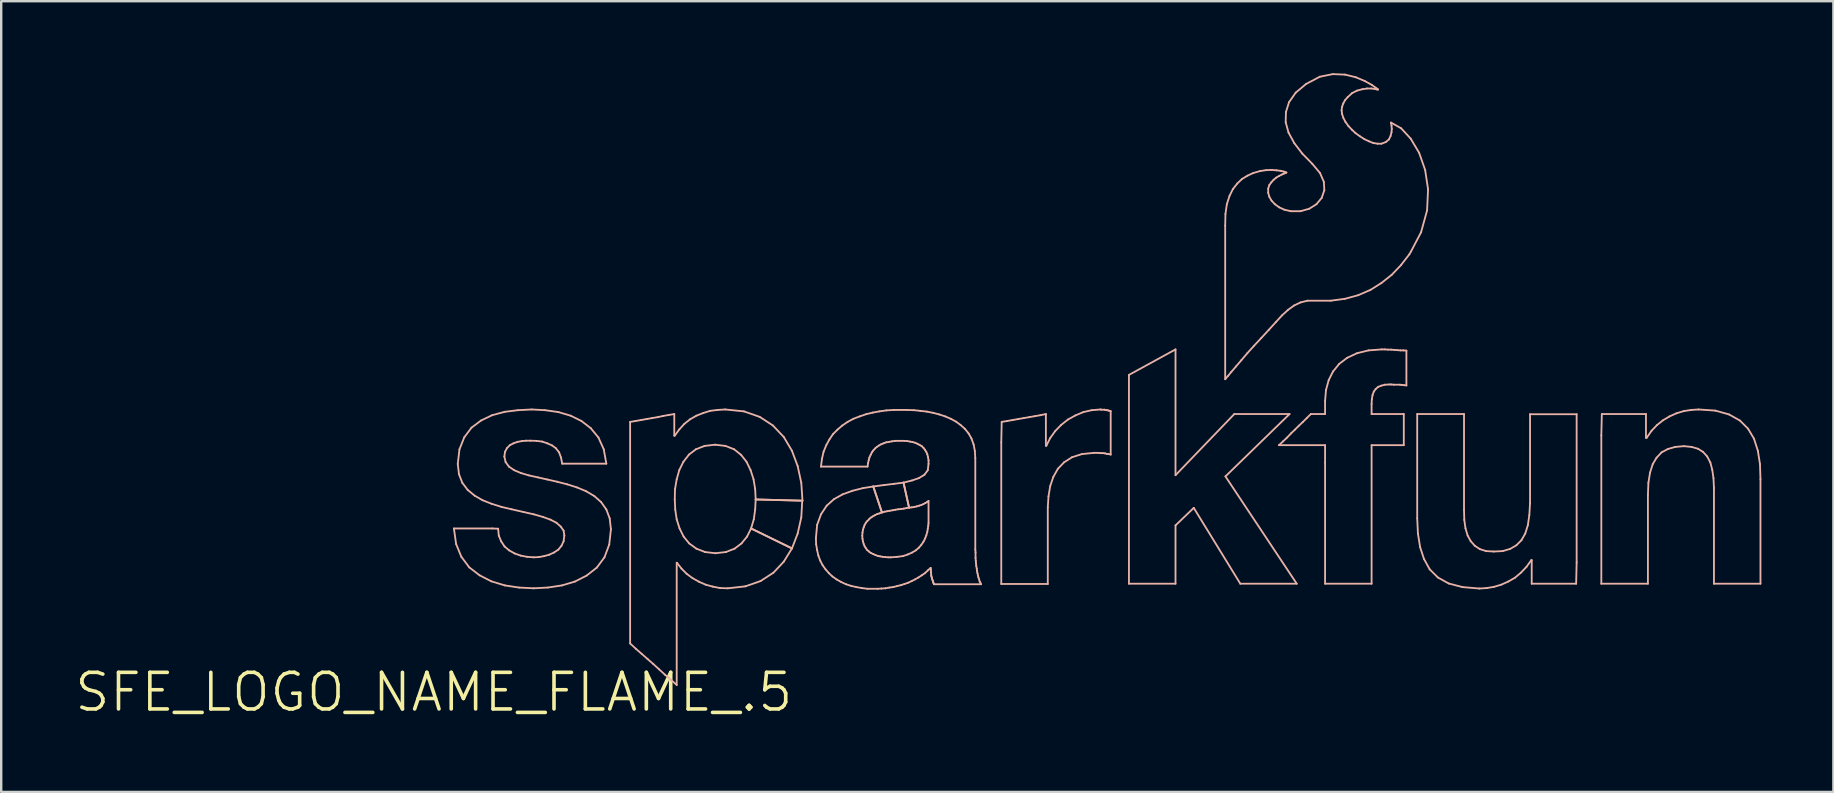
<source format=kicad_pcb>
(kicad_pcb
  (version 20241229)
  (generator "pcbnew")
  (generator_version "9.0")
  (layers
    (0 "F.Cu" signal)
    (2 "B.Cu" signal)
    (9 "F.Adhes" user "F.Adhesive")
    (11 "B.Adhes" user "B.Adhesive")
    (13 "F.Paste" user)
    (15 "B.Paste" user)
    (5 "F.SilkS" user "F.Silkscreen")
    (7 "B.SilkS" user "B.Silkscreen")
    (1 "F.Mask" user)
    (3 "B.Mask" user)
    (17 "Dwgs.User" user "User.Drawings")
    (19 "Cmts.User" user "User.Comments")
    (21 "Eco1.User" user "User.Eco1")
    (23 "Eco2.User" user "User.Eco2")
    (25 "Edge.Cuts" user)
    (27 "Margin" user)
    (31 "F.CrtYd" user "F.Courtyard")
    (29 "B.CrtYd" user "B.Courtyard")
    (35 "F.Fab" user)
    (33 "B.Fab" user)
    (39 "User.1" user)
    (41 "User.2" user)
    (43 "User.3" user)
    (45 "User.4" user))
  (footprint "SFE_LOGO_NAME_FLAME_.5"
    (layer "F.Cu")
    (at 15.022 25.786)
    (property "Reference" "SFE_LOGO_NAME_FLAME_.5" (at 0 0 0) (layer "F.SilkS") (effects (font (size 1.524 1.524) (thickness 0.15))))
    (attr exclude_from_pos_files exclude_from_bom)
    (fp_line (start 0.838 -6.82) (end 2.449 -6.82) (stroke (width 0.076) (type solid)) (layer "B.SilkS"))
    (fp_line (start 0.93 -6.17) (end 0.838 -6.82) (stroke (width 0.076) (type solid)) (layer "B.SilkS"))
    (fp_line (start 0.998 -9.51) (end 1.069 -10.119) (stroke (width 0.076) (type solid)) (layer "B.SilkS"))
    (fp_line (start 1.049 -9.078) (end 0.998 -9.51) (stroke (width 0.076) (type solid)) (layer "B.SilkS"))
    (fp_line (start 1.069 -10.119) (end 1.27 -10.62) (stroke (width 0.076) (type solid)) (layer "B.SilkS"))
    (fp_line (start 1.148 -5.639) (end 0.93 -6.17) (stroke (width 0.076) (type solid)) (layer "B.SilkS"))
    (fp_line (start 1.189 -8.72) (end 1.049 -9.078) (stroke (width 0.076) (type solid)) (layer "B.SilkS"))
    (fp_line (start 1.27 -10.62) (end 1.57 -11.019) (stroke (width 0.076) (type solid)) (layer "B.SilkS"))
    (fp_line (start 1.41 -8.428) (end 1.189 -8.72) (stroke (width 0.076) (type solid)) (layer "B.SilkS"))
    (fp_line (start 1.478 -5.199) (end 1.148 -5.639) (stroke (width 0.076) (type solid)) (layer "B.SilkS"))
    (fp_line (start 1.57 -11.019) (end 1.968 -11.318) (stroke (width 0.076) (type solid)) (layer "B.SilkS"))
    (fp_line (start 1.699 -8.189) (end 1.41 -8.428) (stroke (width 0.076) (type solid)) (layer "B.SilkS"))
    (fp_line (start 1.908 -4.869) (end 1.478 -5.199) (stroke (width 0.076) (type solid)) (layer "B.SilkS"))
    (fp_line (start 1.968 -11.318) (end 2.428 -11.539) (stroke (width 0.076) (type solid)) (layer "B.SilkS"))
    (fp_line (start 2.029 -7.998) (end 1.699 -8.189) (stroke (width 0.076) (type solid)) (layer "B.SilkS"))
    (fp_line (start 2.398 -4.618) (end 1.908 -4.869) (stroke (width 0.076) (type solid)) (layer "B.SilkS"))
    (fp_line (start 2.408 -7.849) (end 2.029 -7.998) (stroke (width 0.076) (type solid)) (layer "B.SilkS"))
    (fp_line (start 2.428 -11.539) (end 2.949 -11.679) (stroke (width 0.076) (type solid)) (layer "B.SilkS"))
    (fp_line (start 2.449 -6.82) (end 2.68 -6.81) (stroke (width 0.076) (type solid)) (layer "B.SilkS"))
    (fp_line (start 2.68 -6.81) (end 2.708 -6.518) (stroke (width 0.076) (type solid)) (layer "B.SilkS"))
    (fp_line (start 2.708 -6.518) (end 2.809 -6.279) (stroke (width 0.076) (type solid)) (layer "B.SilkS"))
    (fp_line (start 2.809 -6.279) (end 2.949 -6.068) (stroke (width 0.076) (type solid)) (layer "B.SilkS"))
    (fp_line (start 2.819 -7.719) (end 2.408 -7.849) (stroke (width 0.076) (type solid)) (layer "B.SilkS"))
    (fp_line (start 2.939 -9.82) (end 2.99 -9.588) (stroke (width 0.076) (type solid)) (layer "B.SilkS"))
    (fp_line (start 2.949 -11.679) (end 3.508 -11.748) (stroke (width 0.076) (type solid)) (layer "B.SilkS"))
    (fp_line (start 2.949 -6.068) (end 3.139 -5.908) (stroke (width 0.076) (type solid)) (layer "B.SilkS"))
    (fp_line (start 2.959 -4.448) (end 2.398 -4.618) (stroke (width 0.076) (type solid)) (layer "B.SilkS"))
    (fp_line (start 2.969 -10.018) (end 2.939 -9.82) (stroke (width 0.076) (type solid)) (layer "B.SilkS"))
    (fp_line (start 2.99 -9.588) (end 3.129 -9.398) (stroke (width 0.076) (type solid)) (layer "B.SilkS"))
    (fp_line (start 3.048 -10.168) (end 2.969 -10.018) (stroke (width 0.076) (type solid)) (layer "B.SilkS"))
    (fp_line (start 3.129 -9.398) (end 3.348 -9.248) (stroke (width 0.076) (type solid)) (layer "B.SilkS"))
    (fp_line (start 3.139 -5.908) (end 3.368 -5.779) (stroke (width 0.076) (type solid)) (layer "B.SilkS"))
    (fp_line (start 3.17 -10.29) (end 3.048 -10.168) (stroke (width 0.076) (type solid)) (layer "B.SilkS"))
    (fp_line (start 3.239 -7.62) (end 2.819 -7.719) (stroke (width 0.076) (type solid)) (layer "B.SilkS"))
    (fp_line (start 3.32 -10.368) (end 3.17 -10.29) (stroke (width 0.076) (type solid)) (layer "B.SilkS"))
    (fp_line (start 3.348 -9.248) (end 3.63 -9.129) (stroke (width 0.076) (type solid)) (layer "B.SilkS"))
    (fp_line (start 3.368 -5.779) (end 3.619 -5.69) (stroke (width 0.076) (type solid)) (layer "B.SilkS"))
    (fp_line (start 3.49 -10.429) (end 3.32 -10.368) (stroke (width 0.076) (type solid)) (layer "B.SilkS"))
    (fp_line (start 3.508 -11.748) (end 4.079 -11.778) (stroke (width 0.076) (type solid)) (layer "B.SilkS"))
    (fp_line (start 3.548 -4.359) (end 2.959 -4.448) (stroke (width 0.076) (type solid)) (layer "B.SilkS"))
    (fp_line (start 3.619 -5.69) (end 3.889 -5.639) (stroke (width 0.076) (type solid)) (layer "B.SilkS"))
    (fp_line (start 3.63 -9.129) (end 3.967 -9.03) (stroke (width 0.076) (type solid)) (layer "B.SilkS"))
    (fp_line (start 3.668 -10.46) (end 3.49 -10.429) (stroke (width 0.076) (type solid)) (layer "B.SilkS"))
    (fp_line (start 3.729 -7.508) (end 3.239 -7.62) (stroke (width 0.076) (type solid)) (layer "B.SilkS"))
    (fp_line (start 3.848 -10.477) (end 3.668 -10.46) (stroke (width 0.076) (type solid)) (layer "B.SilkS"))
    (fp_line (start 3.889 -5.639) (end 4.168 -5.618) (stroke (width 0.076) (type solid)) (layer "B.SilkS"))
    (fp_line (start 3.967 -9.03) (end 4.338 -8.948) (stroke (width 0.076) (type solid)) (layer "B.SilkS"))
    (fp_line (start 4.018 -10.477) (end 3.848 -10.477) (stroke (width 0.076) (type solid)) (layer "B.SilkS"))
    (fp_line (start 4.079 -11.778) (end 4.638 -11.748) (stroke (width 0.076) (type solid)) (layer "B.SilkS"))
    (fp_line (start 4.158 -4.328) (end 3.548 -4.359) (stroke (width 0.076) (type solid)) (layer "B.SilkS"))
    (fp_line (start 4.168 -7.409) (end 3.729 -7.508) (stroke (width 0.076) (type solid)) (layer "B.SilkS"))
    (fp_line (start 4.168 -5.618) (end 4.379 -5.629) (stroke (width 0.076) (type solid)) (layer "B.SilkS"))
    (fp_line (start 4.28 -10.47) (end 4.018 -10.477) (stroke (width 0.076) (type solid)) (layer "B.SilkS"))
    (fp_line (start 4.338 -8.948) (end 4.729 -8.86) (stroke (width 0.076) (type solid)) (layer "B.SilkS"))
    (fp_line (start 4.379 -5.629) (end 4.6 -5.669) (stroke (width 0.076) (type solid)) (layer "B.SilkS"))
    (fp_line (start 4.519 -10.439) (end 4.28 -10.47) (stroke (width 0.076) (type solid)) (layer "B.SilkS"))
    (fp_line (start 4.549 -7.3) (end 4.168 -7.409) (stroke (width 0.076) (type solid)) (layer "B.SilkS"))
    (fp_line (start 4.6 -5.669) (end 4.808 -5.728) (stroke (width 0.076) (type solid)) (layer "B.SilkS"))
    (fp_line (start 4.638 -11.748) (end 5.189 -11.669) (stroke (width 0.076) (type solid)) (layer "B.SilkS"))
    (fp_line (start 4.729 -10.368) (end 4.519 -10.439) (stroke (width 0.076) (type solid)) (layer "B.SilkS"))
    (fp_line (start 4.729 -8.86) (end 5.138 -8.768) (stroke (width 0.076) (type solid)) (layer "B.SilkS"))
    (fp_line (start 4.75 -4.359) (end 4.158 -4.328) (stroke (width 0.076) (type solid)) (layer "B.SilkS"))
    (fp_line (start 4.808 -5.728) (end 5.009 -5.819) (stroke (width 0.076) (type solid)) (layer "B.SilkS"))
    (fp_line (start 4.859 -7.188) (end 4.549 -7.3) (stroke (width 0.076) (type solid)) (layer "B.SilkS"))
    (fp_line (start 4.928 -10.279) (end 4.729 -10.368) (stroke (width 0.076) (type solid)) (layer "B.SilkS"))
    (fp_line (start 5.009 -5.819) (end 5.189 -5.939) (stroke (width 0.076) (type solid)) (layer "B.SilkS"))
    (fp_line (start 5.088 -10.16) (end 4.928 -10.279) (stroke (width 0.076) (type solid)) (layer "B.SilkS"))
    (fp_line (start 5.108 -7.059) (end 4.859 -7.188) (stroke (width 0.076) (type solid)) (layer "B.SilkS"))
    (fp_line (start 5.138 -8.768) (end 5.558 -8.659) (stroke (width 0.076) (type solid)) (layer "B.SilkS"))
    (fp_line (start 5.189 -11.669) (end 5.7 -11.519) (stroke (width 0.076) (type solid)) (layer "B.SilkS"))
    (fp_line (start 5.189 -5.939) (end 5.319 -6.099) (stroke (width 0.076) (type solid)) (layer "B.SilkS"))
    (fp_line (start 5.22 -9.99) (end 5.088 -10.16) (stroke (width 0.076) (type solid)) (layer "B.SilkS"))
    (fp_line (start 5.288 -6.899) (end 5.108 -7.059) (stroke (width 0.076) (type solid)) (layer "B.SilkS"))
    (fp_line (start 5.298 -9.779) (end 5.22 -9.99) (stroke (width 0.076) (type solid)) (layer "B.SilkS"))
    (fp_line (start 5.319 -6.099) (end 5.408 -6.289) (stroke (width 0.076) (type solid)) (layer "B.SilkS"))
    (fp_line (start 5.339 -4.448) (end 4.75 -4.359) (stroke (width 0.076) (type solid)) (layer "B.SilkS"))
    (fp_line (start 5.349 -9.52) (end 5.298 -9.779) (stroke (width 0.076) (type solid)) (layer "B.SilkS"))
    (fp_line (start 5.408 -6.728) (end 5.288 -6.899) (stroke (width 0.076) (type solid)) (layer "B.SilkS"))
    (fp_line (start 5.408 -6.289) (end 5.438 -6.528) (stroke (width 0.076) (type solid)) (layer "B.SilkS"))
    (fp_line (start 5.438 -6.528) (end 5.408 -6.728) (stroke (width 0.076) (type solid)) (layer "B.SilkS"))
    (fp_line (start 5.558 -8.659) (end 5.969 -8.529) (stroke (width 0.076) (type solid)) (layer "B.SilkS"))
    (fp_line (start 5.7 -11.519) (end 6.149 -11.298) (stroke (width 0.076) (type solid)) (layer "B.SilkS"))
    (fp_line (start 5.878 -4.608) (end 5.339 -4.448) (stroke (width 0.076) (type solid)) (layer "B.SilkS"))
    (fp_line (start 5.969 -8.529) (end 6.35 -8.369) (stroke (width 0.076) (type solid)) (layer "B.SilkS"))
    (fp_line (start 6.149 -11.298) (end 6.538 -10.998) (stroke (width 0.076) (type solid)) (layer "B.SilkS"))
    (fp_line (start 6.35 -8.369) (end 6.688 -8.169) (stroke (width 0.076) (type solid)) (layer "B.SilkS"))
    (fp_line (start 6.368 -4.859) (end 5.878 -4.608) (stroke (width 0.076) (type solid)) (layer "B.SilkS"))
    (fp_line (start 6.538 -10.998) (end 6.858 -10.61) (stroke (width 0.076) (type solid)) (layer "B.SilkS"))
    (fp_line (start 6.688 -8.169) (end 6.97 -7.92) (stroke (width 0.076) (type solid)) (layer "B.SilkS"))
    (fp_line (start 6.789 -5.189) (end 6.368 -4.859) (stroke (width 0.076) (type solid)) (layer "B.SilkS"))
    (fp_line (start 6.858 -10.61) (end 7.079 -10.119) (stroke (width 0.076) (type solid)) (layer "B.SilkS"))
    (fp_line (start 6.97 -7.92) (end 7.188 -7.61) (stroke (width 0.076) (type solid)) (layer "B.SilkS"))
    (fp_line (start 7.079 -10.119) (end 7.188 -9.52) (stroke (width 0.076) (type solid)) (layer "B.SilkS"))
    (fp_line (start 7.109 -5.618) (end 6.789 -5.189) (stroke (width 0.076) (type solid)) (layer "B.SilkS"))
    (fp_line (start 7.188 -9.52) (end 5.349 -9.52) (stroke (width 0.076) (type solid)) (layer "B.SilkS"))
    (fp_line (start 7.188 -7.61) (end 7.328 -7.239) (stroke (width 0.076) (type solid)) (layer "B.SilkS"))
    (fp_line (start 7.308 -6.149) (end 7.109 -5.618) (stroke (width 0.076) (type solid)) (layer "B.SilkS"))
    (fp_line (start 7.328 -7.239) (end 7.379 -6.789) (stroke (width 0.076) (type solid)) (layer "B.SilkS"))
    (fp_line (start 7.379 -6.789) (end 7.308 -6.149) (stroke (width 0.076) (type solid)) (layer "B.SilkS"))
    (fp_line (start 8.179 -11.26) (end 8.41 -11.298) (stroke (width 0.076) (type solid)) (layer "B.SilkS"))
    (fp_line (start 8.179 -2.029) (end 8.179 -11.26) (stroke (width 0.076) (type solid)) (layer "B.SilkS"))
    (fp_line (start 8.41 -11.298) (end 8.639 -11.339) (stroke (width 0.076) (type solid)) (layer "B.SilkS"))
    (fp_line (start 8.418 -1.808) (end 8.179 -2.029) (stroke (width 0.076) (type solid)) (layer "B.SilkS"))
    (fp_line (start 8.639 -11.339) (end 8.87 -11.379) (stroke (width 0.076) (type solid)) (layer "B.SilkS"))
    (fp_line (start 8.659 -1.598) (end 8.418 -1.808) (stroke (width 0.076) (type solid)) (layer "B.SilkS"))
    (fp_line (start 8.87 -11.379) (end 9.098 -11.42) (stroke (width 0.076) (type solid)) (layer "B.SilkS"))
    (fp_line (start 8.908 -1.379) (end 8.659 -1.598) (stroke (width 0.076) (type solid)) (layer "B.SilkS"))
    (fp_line (start 9.098 -11.42) (end 9.329 -11.458) (stroke (width 0.076) (type solid)) (layer "B.SilkS"))
    (fp_line (start 9.149 -1.168) (end 8.908 -1.379) (stroke (width 0.076) (type solid)) (layer "B.SilkS"))
    (fp_line (start 9.329 -11.458) (end 9.558 -11.509) (stroke (width 0.076) (type solid)) (layer "B.SilkS"))
    (fp_line (start 9.388 -0.95) (end 9.149 -1.168) (stroke (width 0.076) (type solid)) (layer "B.SilkS"))
    (fp_line (start 9.558 -11.509) (end 9.789 -11.549) (stroke (width 0.076) (type solid)) (layer "B.SilkS"))
    (fp_line (start 9.629 -0.729) (end 9.388 -0.95) (stroke (width 0.076) (type solid)) (layer "B.SilkS"))
    (fp_line (start 9.789 -11.549) (end 10.018 -11.587) (stroke (width 0.076) (type solid)) (layer "B.SilkS"))
    (fp_line (start 9.878 -0.518) (end 9.629 -0.729) (stroke (width 0.076) (type solid)) (layer "B.SilkS"))
    (fp_line (start 10.018 -11.587) (end 10.018 -10.688) (stroke (width 0.076) (type solid)) (layer "B.SilkS"))
    (fp_line (start 10.018 -10.688) (end 10.038 -10.688) (stroke (width 0.076) (type solid)) (layer "B.SilkS"))
    (fp_line (start 10.038 -10.688) (end 10.229 -10.95) (stroke (width 0.076) (type solid)) (layer "B.SilkS"))
    (fp_line (start 10.038 -8.029) (end 10.058 -7.61) (stroke (width 0.076) (type solid)) (layer "B.SilkS"))
    (fp_line (start 10.048 -8.458) (end 10.038 -8.029) (stroke (width 0.076) (type solid)) (layer "B.SilkS"))
    (fp_line (start 10.058 -7.61) (end 10.119 -7.198) (stroke (width 0.076) (type solid)) (layer "B.SilkS"))
    (fp_line (start 10.119 -8.87) (end 10.048 -8.458) (stroke (width 0.076) (type solid)) (layer "B.SilkS"))
    (fp_line (start 10.119 -7.198) (end 10.239 -6.82) (stroke (width 0.076) (type solid)) (layer "B.SilkS"))
    (fp_line (start 10.119 -5.39) (end 10.119 -0.3) (stroke (width 0.076) (type solid)) (layer "B.SilkS"))
    (fp_line (start 10.119 -0.3) (end 9.878 -0.518) (stroke (width 0.076) (type solid)) (layer "B.SilkS"))
    (fp_line (start 10.13 -5.39) (end 10.119 -5.39) (stroke (width 0.076) (type solid)) (layer "B.SilkS"))
    (fp_line (start 10.229 -10.95) (end 10.439 -11.179) (stroke (width 0.076) (type solid)) (layer "B.SilkS"))
    (fp_line (start 10.229 -9.258) (end 10.119 -8.87) (stroke (width 0.076) (type solid)) (layer "B.SilkS"))
    (fp_line (start 10.239 -6.82) (end 10.409 -6.48) (stroke (width 0.076) (type solid)) (layer "B.SilkS"))
    (fp_line (start 10.317 -5.149) (end 10.13 -5.39) (stroke (width 0.076) (type solid)) (layer "B.SilkS"))
    (fp_line (start 10.399 -9.599) (end 10.229 -9.258) (stroke (width 0.076) (type solid)) (layer "B.SilkS"))
    (fp_line (start 10.409 -6.48) (end 10.638 -6.198) (stroke (width 0.076) (type solid)) (layer "B.SilkS"))
    (fp_line (start 10.439 -11.179) (end 10.678 -11.369) (stroke (width 0.076) (type solid)) (layer "B.SilkS"))
    (fp_line (start 10.538 -4.928) (end 10.317 -5.149) (stroke (width 0.076) (type solid)) (layer "B.SilkS"))
    (fp_line (start 10.63 -9.898) (end 10.399 -9.599) (stroke (width 0.076) (type solid)) (layer "B.SilkS"))
    (fp_line (start 10.638 -6.198) (end 10.94 -5.979) (stroke (width 0.076) (type solid)) (layer "B.SilkS"))
    (fp_line (start 10.678 -11.369) (end 10.94 -11.519) (stroke (width 0.076) (type solid)) (layer "B.SilkS"))
    (fp_line (start 10.78 -4.75) (end 10.538 -4.928) (stroke (width 0.076) (type solid)) (layer "B.SilkS"))
    (fp_line (start 10.919 -10.119) (end 10.63 -9.898) (stroke (width 0.076) (type solid)) (layer "B.SilkS"))
    (fp_line (start 10.94 -11.519) (end 11.219 -11.628) (stroke (width 0.076) (type solid)) (layer "B.SilkS"))
    (fp_line (start 10.94 -5.979) (end 11.298 -5.839) (stroke (width 0.076) (type solid)) (layer "B.SilkS"))
    (fp_line (start 11.049 -4.6) (end 10.78 -4.75) (stroke (width 0.076) (type solid)) (layer "B.SilkS"))
    (fp_line (start 11.219 -11.628) (end 11.509 -11.72) (stroke (width 0.076) (type solid)) (layer "B.SilkS"))
    (fp_line (start 11.278 -10.259) (end 10.919 -10.119) (stroke (width 0.076) (type solid)) (layer "B.SilkS"))
    (fp_line (start 11.298 -5.839) (end 11.73 -5.789) (stroke (width 0.076) (type solid)) (layer "B.SilkS"))
    (fp_line (start 11.328 -4.478) (end 11.049 -4.6) (stroke (width 0.076) (type solid)) (layer "B.SilkS"))
    (fp_line (start 11.509 -11.72) (end 11.819 -11.758) (stroke (width 0.076) (type solid)) (layer "B.SilkS"))
    (fp_line (start 11.618 -4.399) (end 11.328 -4.478) (stroke (width 0.076) (type solid)) (layer "B.SilkS"))
    (fp_line (start 11.72 -10.31) (end 11.278 -10.259) (stroke (width 0.076) (type solid)) (layer "B.SilkS"))
    (fp_line (start 11.73 -5.789) (end 12.169 -5.839) (stroke (width 0.076) (type solid)) (layer "B.SilkS"))
    (fp_line (start 11.819 -11.758) (end 12.139 -11.778) (stroke (width 0.076) (type solid)) (layer "B.SilkS"))
    (fp_line (start 11.928 -4.338) (end 11.618 -4.399) (stroke (width 0.076) (type solid)) (layer "B.SilkS"))
    (fp_line (start 12.139 -11.778) (end 12.918 -11.699) (stroke (width 0.076) (type solid)) (layer "B.SilkS"))
    (fp_line (start 12.149 -10.259) (end 11.72 -10.31) (stroke (width 0.076) (type solid)) (layer "B.SilkS"))
    (fp_line (start 12.169 -5.839) (end 12.53 -5.979) (stroke (width 0.076) (type solid)) (layer "B.SilkS"))
    (fp_line (start 12.248 -4.328) (end 11.928 -4.338) (stroke (width 0.076) (type solid)) (layer "B.SilkS"))
    (fp_line (start 12.509 -10.119) (end 12.149 -10.259) (stroke (width 0.076) (type solid)) (layer "B.SilkS"))
    (fp_line (start 12.53 -5.979) (end 12.819 -6.198) (stroke (width 0.076) (type solid)) (layer "B.SilkS"))
    (fp_line (start 12.799 -9.888) (end 12.509 -10.119) (stroke (width 0.076) (type solid)) (layer "B.SilkS"))
    (fp_line (start 12.819 -6.198) (end 13.048 -6.48) (stroke (width 0.076) (type solid)) (layer "B.SilkS"))
    (fp_line (start 12.918 -11.699) (end 13.579 -11.468) (stroke (width 0.076) (type solid)) (layer "B.SilkS"))
    (fp_line (start 12.979 -4.409) (end 12.248 -4.328) (stroke (width 0.076) (type solid)) (layer "B.SilkS"))
    (fp_line (start 13.028 -9.599) (end 12.799 -9.888) (stroke (width 0.076) (type solid)) (layer "B.SilkS"))
    (fp_line (start 13.048 -6.48) (end 13.218 -6.82) (stroke (width 0.076) (type solid)) (layer "B.SilkS"))
    (fp_line (start 13.198 -9.248) (end 13.028 -9.599) (stroke (width 0.076) (type solid)) (layer "B.SilkS"))
    (fp_line (start 13.218 -6.82) (end 13.33 -7.198) (stroke (width 0.076) (type solid)) (layer "B.SilkS"))
    (fp_line (start 13.218 -6.82) (end 14.92 -5.989) (stroke (width 0.076) (type solid)) (layer "B.SilkS"))
    (fp_line (start 13.32 -8.87) (end 13.198 -9.248) (stroke (width 0.076) (type solid)) (layer "B.SilkS"))
    (fp_line (start 13.33 -7.198) (end 13.388 -7.61) (stroke (width 0.076) (type solid)) (layer "B.SilkS"))
    (fp_line (start 13.388 -8.458) (end 13.32 -8.87) (stroke (width 0.076) (type solid)) (layer "B.SilkS"))
    (fp_line (start 13.388 -7.61) (end 13.409 -8.029) (stroke (width 0.076) (type solid)) (layer "B.SilkS"))
    (fp_line (start 13.409 -8.029) (end 13.388 -8.458) (stroke (width 0.076) (type solid)) (layer "B.SilkS"))
    (fp_line (start 13.409 -8.029) (end 15.349 -7.978) (stroke (width 0.076) (type solid)) (layer "B.SilkS"))
    (fp_line (start 13.579 -11.468) (end 14.127 -11.11) (stroke (width 0.076) (type solid)) (layer "B.SilkS"))
    (fp_line (start 13.609 -4.628) (end 12.979 -4.409) (stroke (width 0.076) (type solid)) (layer "B.SilkS"))
    (fp_line (start 14.127 -11.11) (end 14.58 -10.63) (stroke (width 0.076) (type solid)) (layer "B.SilkS"))
    (fp_line (start 14.148 -4.978) (end 13.609 -4.628) (stroke (width 0.076) (type solid)) (layer "B.SilkS"))
    (fp_line (start 14.58 -10.63) (end 14.92 -10.058) (stroke (width 0.076) (type solid)) (layer "B.SilkS"))
    (fp_line (start 14.58 -5.438) (end 14.148 -4.978) (stroke (width 0.076) (type solid)) (layer "B.SilkS"))
    (fp_line (start 14.92 -10.058) (end 15.159 -9.418) (stroke (width 0.076) (type solid)) (layer "B.SilkS"))
    (fp_line (start 14.92 -5.989) (end 13.218 -6.82) (stroke (width 0.076) (type solid)) (layer "B.SilkS"))
    (fp_line (start 14.92 -5.989) (end 14.58 -5.438) (stroke (width 0.076) (type solid)) (layer "B.SilkS"))
    (fp_line (start 15.159 -9.418) (end 15.309 -8.72) (stroke (width 0.076) (type solid)) (layer "B.SilkS"))
    (fp_line (start 15.159 -6.609) (end 14.92 -5.989) (stroke (width 0.076) (type solid)) (layer "B.SilkS"))
    (fp_line (start 15.309 -8.72) (end 15.359 -7.978) (stroke (width 0.076) (type solid)) (layer "B.SilkS"))
    (fp_line (start 15.309 -7.28) (end 15.159 -6.609) (stroke (width 0.076) (type solid)) (layer "B.SilkS"))
    (fp_line (start 15.349 -7.978) (end 15.309 -7.28) (stroke (width 0.076) (type solid)) (layer "B.SilkS"))
    (fp_line (start 15.359 -7.978) (end 13.409 -8.029) (stroke (width 0.076) (type solid)) (layer "B.SilkS"))
    (fp_line (start 15.918 -6.419) (end 15.969 -6.97) (stroke (width 0.076) (type solid)) (layer "B.SilkS"))
    (fp_line (start 15.928 -6.16) (end 15.918 -6.419) (stroke (width 0.076) (type solid)) (layer "B.SilkS"))
    (fp_line (start 15.969 -6.97) (end 16.129 -7.409) (stroke (width 0.076) (type solid)) (layer "B.SilkS"))
    (fp_line (start 15.969 -5.918) (end 15.928 -6.16) (stroke (width 0.076) (type solid)) (layer "B.SilkS"))
    (fp_line (start 16.02 -5.69) (end 15.969 -5.918) (stroke (width 0.076) (type solid)) (layer "B.SilkS"))
    (fp_line (start 16.099 -5.479) (end 16.02 -5.69) (stroke (width 0.076) (type solid)) (layer "B.SilkS"))
    (fp_line (start 16.129 -9.398) (end 16.17 -9.718) (stroke (width 0.076) (type solid)) (layer "B.SilkS"))
    (fp_line (start 16.129 -7.409) (end 16.368 -7.77) (stroke (width 0.076) (type solid)) (layer "B.SilkS"))
    (fp_line (start 16.17 -9.718) (end 16.238 -10.018) (stroke (width 0.076) (type solid)) (layer "B.SilkS"))
    (fp_line (start 16.198 -5.288) (end 16.099 -5.479) (stroke (width 0.076) (type solid)) (layer "B.SilkS"))
    (fp_line (start 16.238 -10.018) (end 16.35 -10.29) (stroke (width 0.076) (type solid)) (layer "B.SilkS"))
    (fp_line (start 16.32 -5.118) (end 16.198 -5.288) (stroke (width 0.076) (type solid)) (layer "B.SilkS"))
    (fp_line (start 16.35 -10.29) (end 16.48 -10.528) (stroke (width 0.076) (type solid)) (layer "B.SilkS"))
    (fp_line (start 16.368 -7.77) (end 16.667 -8.039) (stroke (width 0.076) (type solid)) (layer "B.SilkS"))
    (fp_line (start 16.459 -4.958) (end 16.32 -5.118) (stroke (width 0.076) (type solid)) (layer "B.SilkS"))
    (fp_line (start 16.48 -10.528) (end 16.629 -10.749) (stroke (width 0.076) (type solid)) (layer "B.SilkS"))
    (fp_line (start 16.609 -4.818) (end 16.459 -4.958) (stroke (width 0.076) (type solid)) (layer "B.SilkS"))
    (fp_line (start 16.629 -10.749) (end 16.82 -10.94) (stroke (width 0.076) (type solid)) (layer "B.SilkS"))
    (fp_line (start 16.667 -8.039) (end 17.028 -8.24) (stroke (width 0.076) (type solid)) (layer "B.SilkS"))
    (fp_line (start 16.779 -4.699) (end 16.609 -4.818) (stroke (width 0.076) (type solid)) (layer "B.SilkS"))
    (fp_line (start 16.82 -10.94) (end 17.018 -11.11) (stroke (width 0.076) (type solid)) (layer "B.SilkS"))
    (fp_line (start 16.97 -4.59) (end 16.779 -4.699) (stroke (width 0.076) (type solid)) (layer "B.SilkS"))
    (fp_line (start 17.018 -11.11) (end 17.239 -11.26) (stroke (width 0.076) (type solid)) (layer "B.SilkS"))
    (fp_line (start 17.028 -8.24) (end 17.44 -8.39) (stroke (width 0.076) (type solid)) (layer "B.SilkS"))
    (fp_line (start 17.168 -4.498) (end 16.97 -4.59) (stroke (width 0.076) (type solid)) (layer "B.SilkS"))
    (fp_line (start 17.239 -11.26) (end 17.478 -11.389) (stroke (width 0.076) (type solid)) (layer "B.SilkS"))
    (fp_line (start 17.379 -4.43) (end 17.168 -4.498) (stroke (width 0.076) (type solid)) (layer "B.SilkS"))
    (fp_line (start 17.44 -8.39) (end 17.869 -8.499) (stroke (width 0.076) (type solid)) (layer "B.SilkS"))
    (fp_line (start 17.478 -11.389) (end 17.739 -11.488) (stroke (width 0.076) (type solid)) (layer "B.SilkS"))
    (fp_line (start 17.6 -4.379) (end 17.379 -4.43) (stroke (width 0.076) (type solid)) (layer "B.SilkS"))
    (fp_line (start 17.739 -11.488) (end 18.009 -11.58) (stroke (width 0.076) (type solid)) (layer "B.SilkS"))
    (fp_line (start 17.828 -4.338) (end 17.6 -4.379) (stroke (width 0.076) (type solid)) (layer "B.SilkS"))
    (fp_line (start 17.849 -6.518) (end 17.859 -6.388) (stroke (width 0.076) (type solid)) (layer "B.SilkS"))
    (fp_line (start 17.859 -6.65) (end 17.849 -6.518) (stroke (width 0.076) (type solid)) (layer "B.SilkS"))
    (fp_line (start 17.859 -6.388) (end 17.879 -6.279) (stroke (width 0.076) (type solid)) (layer "B.SilkS"))
    (fp_line (start 17.869 -8.499) (end 18.308 -8.57) (stroke (width 0.076) (type solid)) (layer "B.SilkS"))
    (fp_line (start 17.879 -6.769) (end 17.859 -6.65) (stroke (width 0.076) (type solid)) (layer "B.SilkS"))
    (fp_line (start 17.879 -6.279) (end 17.91 -6.17) (stroke (width 0.076) (type solid)) (layer "B.SilkS"))
    (fp_line (start 17.91 -6.868) (end 17.879 -6.769) (stroke (width 0.076) (type solid)) (layer "B.SilkS"))
    (fp_line (start 17.91 -6.17) (end 17.948 -6.078) (stroke (width 0.076) (type solid)) (layer "B.SilkS"))
    (fp_line (start 17.948 -6.97) (end 17.91 -6.868) (stroke (width 0.076) (type solid)) (layer "B.SilkS"))
    (fp_line (start 17.948 -6.078) (end 17.998 -5.999) (stroke (width 0.076) (type solid)) (layer "B.SilkS"))
    (fp_line (start 17.998 -7.059) (end 17.948 -6.97) (stroke (width 0.076) (type solid)) (layer "B.SilkS"))
    (fp_line (start 17.998 -5.999) (end 18.059 -5.918) (stroke (width 0.076) (type solid)) (layer "B.SilkS"))
    (fp_line (start 18.009 -11.58) (end 18.288 -11.648) (stroke (width 0.076) (type solid)) (layer "B.SilkS"))
    (fp_line (start 18.059 -7.13) (end 17.998 -7.059) (stroke (width 0.076) (type solid)) (layer "B.SilkS"))
    (fp_line (start 18.059 -5.918) (end 18.128 -5.86) (stroke (width 0.076) (type solid)) (layer "B.SilkS"))
    (fp_line (start 18.07 -9.398) (end 16.129 -9.398) (stroke (width 0.076) (type solid)) (layer "B.SilkS"))
    (fp_line (start 18.07 -4.308) (end 17.828 -4.338) (stroke (width 0.076) (type solid)) (layer "B.SilkS"))
    (fp_line (start 18.09 -9.538) (end 18.07 -9.398) (stroke (width 0.076) (type solid)) (layer "B.SilkS"))
    (fp_line (start 18.118 -9.67) (end 18.09 -9.538) (stroke (width 0.076) (type solid)) (layer "B.SilkS"))
    (fp_line (start 18.128 -7.198) (end 18.059 -7.13) (stroke (width 0.076) (type solid)) (layer "B.SilkS"))
    (fp_line (start 18.128 -5.86) (end 18.209 -5.799) (stroke (width 0.076) (type solid)) (layer "B.SilkS"))
    (fp_line (start 18.148 -9.779) (end 18.118 -9.67) (stroke (width 0.076) (type solid)) (layer "B.SilkS"))
    (fp_line (start 18.199 -9.888) (end 18.148 -9.779) (stroke (width 0.076) (type solid)) (layer "B.SilkS"))
    (fp_line (start 18.199 -7.269) (end 18.128 -7.198) (stroke (width 0.076) (type solid)) (layer "B.SilkS"))
    (fp_line (start 18.209 -5.799) (end 18.298 -5.758) (stroke (width 0.076) (type solid)) (layer "B.SilkS"))
    (fp_line (start 18.25 -9.99) (end 18.199 -9.888) (stroke (width 0.076) (type solid)) (layer "B.SilkS"))
    (fp_line (start 18.278 -7.318) (end 18.199 -7.269) (stroke (width 0.076) (type solid)) (layer "B.SilkS"))
    (fp_line (start 18.288 -11.648) (end 18.57 -11.699) (stroke (width 0.076) (type solid)) (layer "B.SilkS"))
    (fp_line (start 18.298 -5.758) (end 18.39 -5.718) (stroke (width 0.076) (type solid)) (layer "B.SilkS"))
    (fp_line (start 18.308 -10.069) (end 18.25 -9.99) (stroke (width 0.076) (type solid)) (layer "B.SilkS"))
    (fp_line (start 18.308 -8.57) (end 18.669 -7.488) (stroke (width 0.076) (type solid)) (layer "B.SilkS"))
    (fp_line (start 18.308 -8.57) (end 18.748 -8.628) (stroke (width 0.076) (type solid)) (layer "B.SilkS"))
    (fp_line (start 18.369 -7.369) (end 18.278 -7.318) (stroke (width 0.076) (type solid)) (layer "B.SilkS"))
    (fp_line (start 18.379 -10.15) (end 18.308 -10.069) (stroke (width 0.076) (type solid)) (layer "B.SilkS"))
    (fp_line (start 18.39 -5.718) (end 18.489 -5.679) (stroke (width 0.076) (type solid)) (layer "B.SilkS"))
    (fp_line (start 18.458 -10.218) (end 18.379 -10.15) (stroke (width 0.076) (type solid)) (layer "B.SilkS"))
    (fp_line (start 18.468 -7.419) (end 18.369 -7.369) (stroke (width 0.076) (type solid)) (layer "B.SilkS"))
    (fp_line (start 18.489 -5.679) (end 18.588 -5.659) (stroke (width 0.076) (type solid)) (layer "B.SilkS"))
    (fp_line (start 18.489 -4.308) (end 18.07 -4.308) (stroke (width 0.076) (type solid)) (layer "B.SilkS"))
    (fp_line (start 18.55 -10.279) (end 18.458 -10.218) (stroke (width 0.076) (type solid)) (layer "B.SilkS"))
    (fp_line (start 18.57 -11.699) (end 18.86 -11.74) (stroke (width 0.076) (type solid)) (layer "B.SilkS"))
    (fp_line (start 18.57 -7.45) (end 18.468 -7.419) (stroke (width 0.076) (type solid)) (layer "B.SilkS"))
    (fp_line (start 18.588 -5.659) (end 18.699 -5.639) (stroke (width 0.076) (type solid)) (layer "B.SilkS"))
    (fp_line (start 18.639 -10.328) (end 18.55 -10.279) (stroke (width 0.076) (type solid)) (layer "B.SilkS"))
    (fp_line (start 18.649 -4.318) (end 18.489 -4.308) (stroke (width 0.076) (type solid)) (layer "B.SilkS"))
    (fp_line (start 18.669 -7.488) (end 18.308 -8.57) (stroke (width 0.076) (type solid)) (layer "B.SilkS"))
    (fp_line (start 18.669 -7.488) (end 18.57 -7.45) (stroke (width 0.076) (type solid)) (layer "B.SilkS"))
    (fp_line (start 18.699 -5.639) (end 18.809 -5.629) (stroke (width 0.076) (type solid)) (layer "B.SilkS"))
    (fp_line (start 18.738 -10.368) (end 18.639 -10.328) (stroke (width 0.076) (type solid)) (layer "B.SilkS"))
    (fp_line (start 18.748 -8.628) (end 19.169 -8.679) (stroke (width 0.076) (type solid)) (layer "B.SilkS"))
    (fp_line (start 18.778 -7.518) (end 18.669 -7.488) (stroke (width 0.076) (type solid)) (layer "B.SilkS"))
    (fp_line (start 18.809 -5.629) (end 18.928 -5.618) (stroke (width 0.076) (type solid)) (layer "B.SilkS"))
    (fp_line (start 18.819 -4.328) (end 18.649 -4.318) (stroke (width 0.076) (type solid)) (layer "B.SilkS"))
    (fp_line (start 18.849 -10.409) (end 18.738 -10.368) (stroke (width 0.076) (type solid)) (layer "B.SilkS"))
    (fp_line (start 18.86 -11.74) (end 19.159 -11.758) (stroke (width 0.076) (type solid)) (layer "B.SilkS"))
    (fp_line (start 18.89 -7.539) (end 18.778 -7.518) (stroke (width 0.076) (type solid)) (layer "B.SilkS"))
    (fp_line (start 18.928 -5.618) (end 19.04 -5.618) (stroke (width 0.076) (type solid)) (layer "B.SilkS"))
    (fp_line (start 18.969 -10.429) (end 18.849 -10.409) (stroke (width 0.076) (type solid)) (layer "B.SilkS"))
    (fp_line (start 18.979 -4.359) (end 18.819 -4.328) (stroke (width 0.076) (type solid)) (layer "B.SilkS"))
    (fp_line (start 18.999 -7.559) (end 18.89 -7.539) (stroke (width 0.076) (type solid)) (layer "B.SilkS"))
    (fp_line (start 19.04 -5.618) (end 19.309 -5.639) (stroke (width 0.076) (type solid)) (layer "B.SilkS"))
    (fp_line (start 19.088 -10.45) (end 18.969 -10.429) (stroke (width 0.076) (type solid)) (layer "B.SilkS"))
    (fp_line (start 19.119 -7.579) (end 18.999 -7.559) (stroke (width 0.076) (type solid)) (layer "B.SilkS"))
    (fp_line (start 19.139 -4.379) (end 18.979 -4.359) (stroke (width 0.076) (type solid)) (layer "B.SilkS"))
    (fp_line (start 19.159 -11.758) (end 19.728 -11.758) (stroke (width 0.076) (type solid)) (layer "B.SilkS"))
    (fp_line (start 19.169 -8.679) (end 19.568 -8.73) (stroke (width 0.076) (type solid)) (layer "B.SilkS"))
    (fp_line (start 19.218 -10.47) (end 19.088 -10.45) (stroke (width 0.076) (type solid)) (layer "B.SilkS"))
    (fp_line (start 19.228 -7.6) (end 19.119 -7.579) (stroke (width 0.076) (type solid)) (layer "B.SilkS"))
    (fp_line (start 19.299 -4.42) (end 19.139 -4.379) (stroke (width 0.076) (type solid)) (layer "B.SilkS"))
    (fp_line (start 19.309 -5.639) (end 19.548 -5.669) (stroke (width 0.076) (type solid)) (layer "B.SilkS"))
    (fp_line (start 19.35 -7.62) (end 19.228 -7.6) (stroke (width 0.076) (type solid)) (layer "B.SilkS"))
    (fp_line (start 19.459 -7.628) (end 19.35 -7.62) (stroke (width 0.076) (type solid)) (layer "B.SilkS"))
    (fp_line (start 19.459 -4.458) (end 19.299 -4.42) (stroke (width 0.076) (type solid)) (layer "B.SilkS"))
    (fp_line (start 19.548 -5.669) (end 19.748 -5.738) (stroke (width 0.076) (type solid)) (layer "B.SilkS"))
    (fp_line (start 19.568 -8.73) (end 19.799 -7.689) (stroke (width 0.076) (type solid)) (layer "B.SilkS"))
    (fp_line (start 19.568 -8.73) (end 19.919 -8.819) (stroke (width 0.076) (type solid)) (layer "B.SilkS"))
    (fp_line (start 19.578 -7.648) (end 19.459 -7.628) (stroke (width 0.076) (type solid)) (layer "B.SilkS"))
    (fp_line (start 19.609 -10.47) (end 19.218 -10.47) (stroke (width 0.076) (type solid)) (layer "B.SilkS"))
    (fp_line (start 19.609 -4.508) (end 19.459 -4.458) (stroke (width 0.076) (type solid)) (layer "B.SilkS"))
    (fp_line (start 19.688 -7.668) (end 19.578 -7.648) (stroke (width 0.076) (type solid)) (layer "B.SilkS"))
    (fp_line (start 19.728 -11.758) (end 20 -11.748) (stroke (width 0.076) (type solid)) (layer "B.SilkS"))
    (fp_line (start 19.728 -10.46) (end 19.609 -10.47) (stroke (width 0.076) (type solid)) (layer "B.SilkS"))
    (fp_line (start 19.748 -5.738) (end 19.929 -5.819) (stroke (width 0.076) (type solid)) (layer "B.SilkS"))
    (fp_line (start 19.759 -4.559) (end 19.609 -4.508) (stroke (width 0.076) (type solid)) (layer "B.SilkS"))
    (fp_line (start 19.799 -7.689) (end 19.568 -8.73) (stroke (width 0.076) (type solid)) (layer "B.SilkS"))
    (fp_line (start 19.799 -7.689) (end 19.688 -7.668) (stroke (width 0.076) (type solid)) (layer "B.SilkS"))
    (fp_line (start 19.84 -10.439) (end 19.728 -10.46) (stroke (width 0.076) (type solid)) (layer "B.SilkS"))
    (fp_line (start 19.909 -7.699) (end 19.799 -7.689) (stroke (width 0.076) (type solid)) (layer "B.SilkS"))
    (fp_line (start 19.909 -4.628) (end 19.759 -4.559) (stroke (width 0.076) (type solid)) (layer "B.SilkS"))
    (fp_line (start 19.919 -8.819) (end 20.208 -8.918) (stroke (width 0.076) (type solid)) (layer "B.SilkS"))
    (fp_line (start 19.929 -5.819) (end 20.079 -5.908) (stroke (width 0.076) (type solid)) (layer "B.SilkS"))
    (fp_line (start 19.949 -10.419) (end 19.84 -10.439) (stroke (width 0.076) (type solid)) (layer "B.SilkS"))
    (fp_line (start 20 -11.748) (end 20.269 -11.72) (stroke (width 0.076) (type solid)) (layer "B.SilkS"))
    (fp_line (start 20.018 -7.719) (end 19.909 -7.699) (stroke (width 0.076) (type solid)) (layer "B.SilkS"))
    (fp_line (start 20.048 -4.699) (end 19.909 -4.628) (stroke (width 0.076) (type solid)) (layer "B.SilkS"))
    (fp_line (start 20.058 -10.389) (end 19.949 -10.419) (stroke (width 0.076) (type solid)) (layer "B.SilkS"))
    (fp_line (start 20.079 -5.908) (end 20.208 -6.02) (stroke (width 0.076) (type solid)) (layer "B.SilkS"))
    (fp_line (start 20.119 -7.739) (end 20.018 -7.719) (stroke (width 0.076) (type solid)) (layer "B.SilkS"))
    (fp_line (start 20.15 -10.348) (end 20.058 -10.389) (stroke (width 0.076) (type solid)) (layer "B.SilkS"))
    (fp_line (start 20.188 -4.778) (end 20.048 -4.699) (stroke (width 0.076) (type solid)) (layer "B.SilkS"))
    (fp_line (start 20.208 -8.918) (end 20.439 -9.058) (stroke (width 0.076) (type solid)) (layer "B.SilkS"))
    (fp_line (start 20.208 -6.02) (end 20.31 -6.139) (stroke (width 0.076) (type solid)) (layer "B.SilkS"))
    (fp_line (start 20.218 -7.77) (end 20.119 -7.739) (stroke (width 0.076) (type solid)) (layer "B.SilkS"))
    (fp_line (start 20.239 -10.3) (end 20.15 -10.348) (stroke (width 0.076) (type solid)) (layer "B.SilkS"))
    (fp_line (start 20.269 -11.72) (end 20.538 -11.689) (stroke (width 0.076) (type solid)) (layer "B.SilkS"))
    (fp_line (start 20.31 -7.798) (end 20.218 -7.77) (stroke (width 0.076) (type solid)) (layer "B.SilkS"))
    (fp_line (start 20.31 -6.139) (end 20.399 -6.269) (stroke (width 0.076) (type solid)) (layer "B.SilkS"))
    (fp_line (start 20.328 -10.249) (end 20.239 -10.3) (stroke (width 0.076) (type solid)) (layer "B.SilkS"))
    (fp_line (start 20.328 -4.869) (end 20.188 -4.778) (stroke (width 0.076) (type solid)) (layer "B.SilkS"))
    (fp_line (start 20.399 -10.178) (end 20.328 -10.249) (stroke (width 0.076) (type solid)) (layer "B.SilkS"))
    (fp_line (start 20.399 -7.838) (end 20.31 -7.798) (stroke (width 0.076) (type solid)) (layer "B.SilkS"))
    (fp_line (start 20.399 -6.269) (end 20.47 -6.408) (stroke (width 0.076) (type solid)) (layer "B.SilkS"))
    (fp_line (start 20.439 -9.058) (end 20.579 -9.248) (stroke (width 0.076) (type solid)) (layer "B.SilkS"))
    (fp_line (start 20.46 -10.099) (end 20.399 -10.178) (stroke (width 0.076) (type solid)) (layer "B.SilkS"))
    (fp_line (start 20.46 -4.958) (end 20.328 -4.869) (stroke (width 0.076) (type solid)) (layer "B.SilkS"))
    (fp_line (start 20.47 -6.408) (end 20.518 -6.538) (stroke (width 0.076) (type solid)) (layer "B.SilkS"))
    (fp_line (start 20.477 -7.879) (end 20.399 -7.838) (stroke (width 0.076) (type solid)) (layer "B.SilkS"))
    (fp_line (start 20.518 -10.008) (end 20.46 -10.099) (stroke (width 0.076) (type solid)) (layer "B.SilkS"))
    (fp_line (start 20.518 -6.538) (end 20.559 -6.678) (stroke (width 0.076) (type solid)) (layer "B.SilkS"))
    (fp_line (start 20.538 -11.689) (end 20.798 -11.638) (stroke (width 0.076) (type solid)) (layer "B.SilkS"))
    (fp_line (start 20.549 -7.92) (end 20.477 -7.879) (stroke (width 0.076) (type solid)) (layer "B.SilkS"))
    (fp_line (start 20.559 -9.909) (end 20.518 -10.008) (stroke (width 0.076) (type solid)) (layer "B.SilkS"))
    (fp_line (start 20.559 -6.678) (end 20.579 -6.81) (stroke (width 0.076) (type solid)) (layer "B.SilkS"))
    (fp_line (start 20.579 -9.248) (end 20.61 -9.51) (stroke (width 0.076) (type solid)) (layer "B.SilkS"))
    (fp_line (start 20.579 -6.81) (end 20.599 -6.939) (stroke (width 0.076) (type solid)) (layer "B.SilkS"))
    (fp_line (start 20.579 -5.07) (end 20.46 -4.958) (stroke (width 0.076) (type solid)) (layer "B.SilkS"))
    (fp_line (start 20.589 -9.789) (end 20.559 -9.909) (stroke (width 0.076) (type solid)) (layer "B.SilkS"))
    (fp_line (start 20.599 -6.939) (end 20.61 -7.048) (stroke (width 0.076) (type solid)) (layer "B.SilkS"))
    (fp_line (start 20.61 -9.66) (end 20.589 -9.789) (stroke (width 0.076) (type solid)) (layer "B.SilkS"))
    (fp_line (start 20.61 -9.51) (end 20.61 -9.66) (stroke (width 0.076) (type solid)) (layer "B.SilkS"))
    (fp_line (start 20.61 -7.968) (end 20.549 -7.92) (stroke (width 0.076) (type solid)) (layer "B.SilkS"))
    (fp_line (start 20.61 -7.048) (end 20.61 -7.968) (stroke (width 0.076) (type solid)) (layer "B.SilkS"))
    (fp_line (start 20.698 -5.179) (end 20.579 -5.07) (stroke (width 0.076) (type solid)) (layer "B.SilkS"))
    (fp_line (start 20.698 -5.138) (end 20.698 -5.179) (stroke (width 0.076) (type solid)) (layer "B.SilkS"))
    (fp_line (start 20.709 -5.098) (end 20.698 -5.138) (stroke (width 0.076) (type solid)) (layer "B.SilkS"))
    (fp_line (start 20.709 -5.009) (end 20.709 -5.098) (stroke (width 0.076) (type solid)) (layer "B.SilkS"))
    (fp_line (start 20.719 -4.968) (end 20.709 -5.009) (stroke (width 0.076) (type solid)) (layer "B.SilkS"))
    (fp_line (start 20.719 -4.879) (end 20.719 -4.968) (stroke (width 0.076) (type solid)) (layer "B.SilkS"))
    (fp_line (start 20.729 -4.839) (end 20.719 -4.879) (stroke (width 0.076) (type solid)) (layer "B.SilkS"))
    (fp_line (start 20.739 -4.798) (end 20.729 -4.839) (stroke (width 0.076) (type solid)) (layer "B.SilkS"))
    (fp_line (start 20.749 -4.75) (end 20.739 -4.798) (stroke (width 0.076) (type solid)) (layer "B.SilkS"))
    (fp_line (start 20.759 -4.709) (end 20.749 -4.75) (stroke (width 0.076) (type solid)) (layer "B.SilkS"))
    (fp_line (start 20.78 -4.669) (end 20.759 -4.709) (stroke (width 0.076) (type solid)) (layer "B.SilkS"))
    (fp_line (start 20.79 -4.628) (end 20.78 -4.669) (stroke (width 0.076) (type solid)) (layer "B.SilkS"))
    (fp_line (start 20.798 -11.638) (end 21.059 -11.57) (stroke (width 0.076) (type solid)) (layer "B.SilkS"))
    (fp_line (start 20.808 -4.58) (end 20.79 -4.628) (stroke (width 0.076) (type solid)) (layer "B.SilkS"))
    (fp_line (start 20.818 -4.539) (end 20.808 -4.58) (stroke (width 0.076) (type solid)) (layer "B.SilkS"))
    (fp_line (start 20.838 -4.498) (end 20.818 -4.539) (stroke (width 0.076) (type solid)) (layer "B.SilkS"))
    (fp_line (start 21.059 -11.57) (end 21.308 -11.488) (stroke (width 0.076) (type solid)) (layer "B.SilkS"))
    (fp_line (start 21.308 -11.488) (end 21.539 -11.389) (stroke (width 0.076) (type solid)) (layer "B.SilkS"))
    (fp_line (start 21.539 -11.389) (end 21.758 -11.27) (stroke (width 0.076) (type solid)) (layer "B.SilkS"))
    (fp_line (start 21.758 -11.27) (end 21.948 -11.128) (stroke (width 0.076) (type solid)) (layer "B.SilkS"))
    (fp_line (start 21.948 -11.128) (end 22.128 -10.968) (stroke (width 0.076) (type solid)) (layer "B.SilkS"))
    (fp_line (start 22.128 -10.968) (end 22.278 -10.78) (stroke (width 0.076) (type solid)) (layer "B.SilkS"))
    (fp_line (start 22.278 -10.78) (end 22.398 -10.569) (stroke (width 0.076) (type solid)) (layer "B.SilkS"))
    (fp_line (start 22.398 -10.569) (end 22.489 -10.317) (stroke (width 0.076) (type solid)) (layer "B.SilkS"))
    (fp_line (start 22.489 -10.317) (end 22.54 -10.048) (stroke (width 0.076) (type solid)) (layer "B.SilkS"))
    (fp_line (start 22.54 -10.048) (end 22.558 -9.749) (stroke (width 0.076) (type solid)) (layer "B.SilkS"))
    (fp_line (start 22.558 -9.749) (end 22.558 -5.949) (stroke (width 0.076) (type solid)) (layer "B.SilkS"))
    (fp_line (start 22.558 -5.949) (end 22.568 -5.829) (stroke (width 0.076) (type solid)) (layer "B.SilkS"))
    (fp_line (start 22.568 -5.829) (end 22.568 -5.598) (stroke (width 0.076) (type solid)) (layer "B.SilkS"))
    (fp_line (start 22.568 -5.598) (end 22.578 -5.479) (stroke (width 0.076) (type solid)) (layer "B.SilkS"))
    (fp_line (start 22.578 -5.479) (end 22.588 -5.37) (stroke (width 0.076) (type solid)) (layer "B.SilkS"))
    (fp_line (start 22.588 -5.37) (end 22.598 -5.258) (stroke (width 0.076) (type solid)) (layer "B.SilkS"))
    (fp_line (start 22.598 -5.258) (end 22.619 -5.149) (stroke (width 0.076) (type solid)) (layer "B.SilkS"))
    (fp_line (start 22.619 -5.149) (end 22.629 -5.05) (stroke (width 0.076) (type solid)) (layer "B.SilkS"))
    (fp_line (start 22.629 -5.05) (end 22.649 -4.958) (stroke (width 0.076) (type solid)) (layer "B.SilkS"))
    (fp_line (start 22.649 -4.958) (end 22.669 -4.859) (stroke (width 0.076) (type solid)) (layer "B.SilkS"))
    (fp_line (start 22.669 -4.859) (end 22.69 -4.778) (stroke (width 0.076) (type solid)) (layer "B.SilkS"))
    (fp_line (start 22.69 -4.778) (end 22.718 -4.699) (stroke (width 0.076) (type solid)) (layer "B.SilkS"))
    (fp_line (start 22.718 -4.699) (end 22.738 -4.618) (stroke (width 0.076) (type solid)) (layer "B.SilkS"))
    (fp_line (start 22.738 -4.618) (end 22.769 -4.559) (stroke (width 0.076) (type solid)) (layer "B.SilkS"))
    (fp_line (start 22.769 -4.559) (end 22.799 -4.498) (stroke (width 0.076) (type solid)) (layer "B.SilkS"))
    (fp_line (start 22.799 -4.498) (end 20.838 -4.498) (stroke (width 0.076) (type solid)) (layer "B.SilkS"))
    (fp_line (start 23.64 -10.409) (end 23.658 -11.26) (stroke (width 0.076) (type solid)) (layer "B.SilkS"))
    (fp_line (start 23.64 -4.508) (end 23.64 -10.409) (stroke (width 0.076) (type solid)) (layer "B.SilkS"))
    (fp_line (start 23.658 -11.26) (end 23.889 -11.298) (stroke (width 0.076) (type solid)) (layer "B.SilkS"))
    (fp_line (start 23.889 -11.298) (end 24.12 -11.339) (stroke (width 0.076) (type solid)) (layer "B.SilkS"))
    (fp_line (start 24.12 -11.339) (end 24.348 -11.379) (stroke (width 0.076) (type solid)) (layer "B.SilkS"))
    (fp_line (start 24.348 -11.379) (end 24.58 -11.42) (stroke (width 0.076) (type solid)) (layer "B.SilkS"))
    (fp_line (start 24.58 -11.42) (end 24.808 -11.458) (stroke (width 0.076) (type solid)) (layer "B.SilkS"))
    (fp_line (start 24.808 -11.458) (end 25.039 -11.499) (stroke (width 0.076) (type solid)) (layer "B.SilkS"))
    (fp_line (start 25.039 -11.499) (end 25.268 -11.539) (stroke (width 0.076) (type solid)) (layer "B.SilkS"))
    (fp_line (start 25.268 -11.539) (end 25.499 -11.587) (stroke (width 0.076) (type solid)) (layer "B.SilkS"))
    (fp_line (start 25.499 -11.587) (end 25.499 -10.269) (stroke (width 0.076) (type solid)) (layer "B.SilkS"))
    (fp_line (start 25.499 -10.269) (end 25.519 -10.269) (stroke (width 0.076) (type solid)) (layer "B.SilkS"))
    (fp_line (start 25.519 -10.269) (end 25.679 -10.589) (stroke (width 0.076) (type solid)) (layer "B.SilkS"))
    (fp_line (start 25.578 -7.699) (end 25.578 -4.508) (stroke (width 0.076) (type solid)) (layer "B.SilkS"))
    (fp_line (start 25.578 -4.508) (end 23.64 -4.508) (stroke (width 0.076) (type solid)) (layer "B.SilkS"))
    (fp_line (start 25.608 -8.158) (end 25.578 -7.699) (stroke (width 0.076) (type solid)) (layer "B.SilkS"))
    (fp_line (start 25.679 -10.589) (end 25.888 -10.879) (stroke (width 0.076) (type solid)) (layer "B.SilkS"))
    (fp_line (start 25.679 -8.588) (end 25.608 -8.158) (stroke (width 0.076) (type solid)) (layer "B.SilkS"))
    (fp_line (start 25.809 -8.969) (end 25.679 -8.588) (stroke (width 0.076) (type solid)) (layer "B.SilkS"))
    (fp_line (start 25.888 -10.879) (end 26.139 -11.138) (stroke (width 0.076) (type solid)) (layer "B.SilkS"))
    (fp_line (start 25.999 -9.309) (end 25.809 -8.969) (stroke (width 0.076) (type solid)) (layer "B.SilkS"))
    (fp_line (start 26.139 -11.138) (end 26.419 -11.359) (stroke (width 0.076) (type solid)) (layer "B.SilkS"))
    (fp_line (start 26.259 -9.578) (end 25.999 -9.309) (stroke (width 0.076) (type solid)) (layer "B.SilkS"))
    (fp_line (start 26.419 -11.359) (end 26.728 -11.529) (stroke (width 0.076) (type solid)) (layer "B.SilkS"))
    (fp_line (start 26.589 -9.789) (end 26.259 -9.578) (stroke (width 0.076) (type solid)) (layer "B.SilkS"))
    (fp_line (start 26.728 -11.529) (end 27.059 -11.669) (stroke (width 0.076) (type solid)) (layer "B.SilkS"))
    (fp_line (start 26.998 -9.919) (end 26.589 -9.789) (stroke (width 0.076) (type solid)) (layer "B.SilkS"))
    (fp_line (start 27.059 -11.669) (end 27.409 -11.748) (stroke (width 0.076) (type solid)) (layer "B.SilkS"))
    (fp_line (start 27.409 -11.748) (end 27.77 -11.778) (stroke (width 0.076) (type solid)) (layer "B.SilkS"))
    (fp_line (start 27.498 -9.97) (end 26.998 -9.919) (stroke (width 0.076) (type solid)) (layer "B.SilkS"))
    (fp_line (start 27.678 -9.97) (end 27.498 -9.97) (stroke (width 0.076) (type solid)) (layer "B.SilkS"))
    (fp_line (start 27.77 -11.778) (end 27.828 -11.768) (stroke (width 0.076) (type solid)) (layer "B.SilkS"))
    (fp_line (start 27.77 -9.959) (end 27.678 -9.97) (stroke (width 0.076) (type solid)) (layer "B.SilkS"))
    (fp_line (start 27.828 -11.768) (end 27.94 -11.768) (stroke (width 0.076) (type solid)) (layer "B.SilkS"))
    (fp_line (start 27.869 -9.959) (end 27.77 -9.959) (stroke (width 0.076) (type solid)) (layer "B.SilkS"))
    (fp_line (start 27.94 -11.768) (end 27.988 -11.758) (stroke (width 0.076) (type solid)) (layer "B.SilkS"))
    (fp_line (start 27.958 -9.949) (end 27.869 -9.959) (stroke (width 0.076) (type solid)) (layer "B.SilkS"))
    (fp_line (start 27.988 -11.758) (end 28.039 -11.748) (stroke (width 0.076) (type solid)) (layer "B.SilkS"))
    (fp_line (start 28.039 -11.748) (end 28.09 -11.74) (stroke (width 0.076) (type solid)) (layer "B.SilkS"))
    (fp_line (start 28.039 -9.929) (end 27.958 -9.949) (stroke (width 0.076) (type solid)) (layer "B.SilkS"))
    (fp_line (start 28.09 -11.74) (end 28.148 -11.72) (stroke (width 0.076) (type solid)) (layer "B.SilkS"))
    (fp_line (start 28.118 -9.919) (end 28.039 -9.929) (stroke (width 0.076) (type solid)) (layer "B.SilkS"))
    (fp_line (start 28.148 -11.72) (end 28.199 -11.709) (stroke (width 0.076) (type solid)) (layer "B.SilkS"))
    (fp_line (start 28.199 -11.709) (end 28.199 -9.898) (stroke (width 0.076) (type solid)) (layer "B.SilkS"))
    (fp_line (start 28.199 -9.898) (end 28.118 -9.919) (stroke (width 0.076) (type solid)) (layer "B.SilkS"))
    (fp_line (start 28.959 -13.218) (end 30.899 -14.28) (stroke (width 0.076) (type solid)) (layer "B.SilkS"))
    (fp_line (start 28.959 -4.519) (end 28.959 -13.218) (stroke (width 0.076) (type solid)) (layer "B.SilkS"))
    (fp_line (start 30.899 -14.28) (end 30.899 -9.04) (stroke (width 0.076) (type solid)) (layer "B.SilkS"))
    (fp_line (start 30.899 -9.04) (end 33.348 -11.587) (stroke (width 0.076) (type solid)) (layer "B.SilkS"))
    (fp_line (start 30.899 -6.949) (end 30.899 -4.519) (stroke (width 0.076) (type solid)) (layer "B.SilkS"))
    (fp_line (start 30.899 -4.519) (end 28.959 -4.519) (stroke (width 0.076) (type solid)) (layer "B.SilkS"))
    (fp_line (start 31.659 -7.678) (end 30.899 -6.949) (stroke (width 0.076) (type solid)) (layer "B.SilkS"))
    (fp_line (start 32.969 -19.439) (end 32.969 -13.038) (stroke (width 0.076) (type solid)) (layer "B.SilkS"))
    (fp_line (start 32.969 -13.038) (end 33 -13.078) (stroke (width 0.076) (type solid)) (layer "B.SilkS"))
    (fp_line (start 32.979 -19.919) (end 32.969 -19.439) (stroke (width 0.076) (type solid)) (layer "B.SilkS"))
    (fp_line (start 32.979 -8.989) (end 35.949 -4.519) (stroke (width 0.076) (type solid)) (layer "B.SilkS"))
    (fp_line (start 33 -13.078) (end 33.089 -13.178) (stroke (width 0.076) (type solid)) (layer "B.SilkS"))
    (fp_line (start 33.038 -20.328) (end 32.979 -19.919) (stroke (width 0.076) (type solid)) (layer "B.SilkS"))
    (fp_line (start 33.089 -13.178) (end 33.228 -13.348) (stroke (width 0.076) (type solid)) (layer "B.SilkS"))
    (fp_line (start 33.15 -20.678) (end 33.038 -20.328) (stroke (width 0.076) (type solid)) (layer "B.SilkS"))
    (fp_line (start 33.228 -13.348) (end 33.419 -13.569) (stroke (width 0.076) (type solid)) (layer "B.SilkS"))
    (fp_line (start 33.289 -20.958) (end 33.15 -20.678) (stroke (width 0.076) (type solid)) (layer "B.SilkS"))
    (fp_line (start 33.348 -11.587) (end 35.649 -11.587) (stroke (width 0.076) (type solid)) (layer "B.SilkS"))
    (fp_line (start 33.419 -13.569) (end 33.64 -13.828) (stroke (width 0.076) (type solid)) (layer "B.SilkS"))
    (fp_line (start 33.47 -21.189) (end 33.289 -20.958) (stroke (width 0.076) (type solid)) (layer "B.SilkS"))
    (fp_line (start 33.599 -4.519) (end 31.659 -7.678) (stroke (width 0.076) (type solid)) (layer "B.SilkS"))
    (fp_line (start 33.64 -13.828) (end 33.889 -14.12) (stroke (width 0.076) (type solid)) (layer "B.SilkS"))
    (fp_line (start 33.668 -21.379) (end 33.47 -21.189) (stroke (width 0.076) (type solid)) (layer "B.SilkS"))
    (fp_line (start 33.889 -14.12) (end 34.168 -14.43) (stroke (width 0.076) (type solid)) (layer "B.SilkS"))
    (fp_line (start 33.899 -21.519) (end 33.668 -21.379) (stroke (width 0.076) (type solid)) (layer "B.SilkS"))
    (fp_line (start 34.138 -21.628) (end 33.899 -21.519) (stroke (width 0.076) (type solid)) (layer "B.SilkS"))
    (fp_line (start 34.168 -14.43) (end 34.468 -14.75) (stroke (width 0.076) (type solid)) (layer "B.SilkS"))
    (fp_line (start 34.42 -21.709) (end 34.138 -21.628) (stroke (width 0.076) (type solid)) (layer "B.SilkS"))
    (fp_line (start 34.468 -14.75) (end 34.788 -15.098) (stroke (width 0.076) (type solid)) (layer "B.SilkS"))
    (fp_line (start 34.668 -21.747) (end 34.42 -21.709) (stroke (width 0.076) (type solid)) (layer "B.SilkS"))
    (fp_line (start 34.76 -20.978) (end 34.808 -21.128) (stroke (width 0.076) (type solid)) (layer "B.SilkS"))
    (fp_line (start 34.76 -20.808) (end 34.76 -20.978) (stroke (width 0.076) (type solid)) (layer "B.SilkS"))
    (fp_line (start 34.788 -15.098) (end 35.08 -15.418) (stroke (width 0.076) (type solid)) (layer "B.SilkS"))
    (fp_line (start 34.808 -21.128) (end 34.889 -21.239) (stroke (width 0.076) (type solid)) (layer "B.SilkS"))
    (fp_line (start 34.808 -20.637) (end 34.76 -20.808) (stroke (width 0.076) (type solid)) (layer "B.SilkS"))
    (fp_line (start 34.889 -21.239) (end 34.989 -21.349) (stroke (width 0.076) (type solid)) (layer "B.SilkS"))
    (fp_line (start 34.9 -21.758) (end 34.668 -21.747) (stroke (width 0.076) (type solid)) (layer "B.SilkS"))
    (fp_line (start 34.9 -20.477) (end 34.808 -20.637) (stroke (width 0.076) (type solid)) (layer "B.SilkS"))
    (fp_line (start 34.989 -21.349) (end 35.098 -21.438) (stroke (width 0.076) (type solid)) (layer "B.SilkS"))
    (fp_line (start 35.039 -20.328) (end 34.9 -20.477) (stroke (width 0.076) (type solid)) (layer "B.SilkS"))
    (fp_line (start 35.08 -15.418) (end 35.339 -15.7) (stroke (width 0.076) (type solid)) (layer "B.SilkS"))
    (fp_line (start 35.098 -21.438) (end 35.22 -21.509) (stroke (width 0.076) (type solid)) (layer "B.SilkS"))
    (fp_line (start 35.108 -21.74) (end 34.9 -21.758) (stroke (width 0.076) (type solid)) (layer "B.SilkS"))
    (fp_line (start 35.209 -10.29) (end 35.38 -10.45) (stroke (width 0.076) (type solid)) (layer "B.SilkS"))
    (fp_line (start 35.22 -21.509) (end 35.339 -21.57) (stroke (width 0.076) (type solid)) (layer "B.SilkS"))
    (fp_line (start 35.22 -20.198) (end 35.039 -20.328) (stroke (width 0.076) (type solid)) (layer "B.SilkS"))
    (fp_line (start 35.278 -21.72) (end 35.108 -21.74) (stroke (width 0.076) (type solid)) (layer "B.SilkS"))
    (fp_line (start 35.339 -21.57) (end 35.428 -21.608) (stroke (width 0.076) (type solid)) (layer "B.SilkS"))
    (fp_line (start 35.339 -15.7) (end 35.588 -15.928) (stroke (width 0.076) (type solid)) (layer "B.SilkS"))
    (fp_line (start 35.38 -10.45) (end 35.55 -10.61) (stroke (width 0.076) (type solid)) (layer "B.SilkS"))
    (fp_line (start 35.408 -21.689) (end 35.278 -21.72) (stroke (width 0.076) (type solid)) (layer "B.SilkS"))
    (fp_line (start 35.428 -21.608) (end 35.489 -21.638) (stroke (width 0.076) (type solid)) (layer "B.SilkS"))
    (fp_line (start 35.438 -20.099) (end 35.22 -20.198) (stroke (width 0.076) (type solid)) (layer "B.SilkS"))
    (fp_line (start 35.489 -23.739) (end 35.608 -23.31) (stroke (width 0.076) (type solid)) (layer "B.SilkS"))
    (fp_line (start 35.489 -21.659) (end 35.408 -21.689) (stroke (width 0.076) (type solid)) (layer "B.SilkS"))
    (fp_line (start 35.489 -21.638) (end 35.519 -21.648) (stroke (width 0.076) (type solid)) (layer "B.SilkS"))
    (fp_line (start 35.499 -24.168) (end 35.489 -23.739) (stroke (width 0.076) (type solid)) (layer "B.SilkS"))
    (fp_line (start 35.519 -21.648) (end 35.489 -21.659) (stroke (width 0.076) (type solid)) (layer "B.SilkS"))
    (fp_line (start 35.55 -10.61) (end 35.71 -10.78) (stroke (width 0.076) (type solid)) (layer "B.SilkS"))
    (fp_line (start 35.588 -15.928) (end 35.839 -16.109) (stroke (width 0.076) (type solid)) (layer "B.SilkS"))
    (fp_line (start 35.608 -23.31) (end 35.85 -22.868) (stroke (width 0.076) (type solid)) (layer "B.SilkS"))
    (fp_line (start 35.629 -24.58) (end 35.499 -24.168) (stroke (width 0.076) (type solid)) (layer "B.SilkS"))
    (fp_line (start 35.649 -11.587) (end 32.979 -8.989) (stroke (width 0.076) (type solid)) (layer "B.SilkS"))
    (fp_line (start 35.7 -20.038) (end 35.438 -20.099) (stroke (width 0.076) (type solid)) (layer "B.SilkS"))
    (fp_line (start 35.71 -10.78) (end 35.877 -10.94) (stroke (width 0.076) (type solid)) (layer "B.SilkS"))
    (fp_line (start 35.839 -16.109) (end 36.109 -16.238) (stroke (width 0.076) (type solid)) (layer "B.SilkS"))
    (fp_line (start 35.85 -22.868) (end 36.18 -22.438) (stroke (width 0.076) (type solid)) (layer "B.SilkS"))
    (fp_line (start 35.877 -10.94) (end 36.038 -11.1) (stroke (width 0.076) (type solid)) (layer "B.SilkS"))
    (fp_line (start 35.908 -24.978) (end 35.629 -24.58) (stroke (width 0.076) (type solid)) (layer "B.SilkS"))
    (fp_line (start 35.949 -4.519) (end 33.599 -4.519) (stroke (width 0.076) (type solid)) (layer "B.SilkS"))
    (fp_line (start 36.038 -11.1) (end 36.208 -11.26) (stroke (width 0.076) (type solid)) (layer "B.SilkS"))
    (fp_line (start 36.109 -20.038) (end 35.7 -20.038) (stroke (width 0.076) (type solid)) (layer "B.SilkS"))
    (fp_line (start 36.109 -16.238) (end 36.398 -16.309) (stroke (width 0.076) (type solid)) (layer "B.SilkS"))
    (fp_line (start 36.18 -22.438) (end 36.599 -22.009) (stroke (width 0.076) (type solid)) (layer "B.SilkS"))
    (fp_line (start 36.208 -11.26) (end 36.368 -11.42) (stroke (width 0.076) (type solid)) (layer "B.SilkS"))
    (fp_line (start 36.34 -25.339) (end 35.908 -24.978) (stroke (width 0.076) (type solid)) (layer "B.SilkS"))
    (fp_line (start 36.368 -11.42) (end 36.538 -11.587) (stroke (width 0.076) (type solid)) (layer "B.SilkS"))
    (fp_line (start 36.398 -16.309) (end 37.368 -16.309) (stroke (width 0.076) (type solid)) (layer "B.SilkS"))
    (fp_line (start 36.469 -20.14) (end 36.109 -20.038) (stroke (width 0.076) (type solid)) (layer "B.SilkS"))
    (fp_line (start 36.538 -11.587) (end 37.13 -11.587) (stroke (width 0.076) (type solid)) (layer "B.SilkS"))
    (fp_line (start 36.599 -22.009) (end 36.919 -21.628) (stroke (width 0.076) (type solid)) (layer "B.SilkS"))
    (fp_line (start 36.769 -20.328) (end 36.469 -20.14) (stroke (width 0.076) (type solid)) (layer "B.SilkS"))
    (fp_line (start 36.909 -25.639) (end 36.34 -25.339) (stroke (width 0.076) (type solid)) (layer "B.SilkS"))
    (fp_line (start 36.919 -21.628) (end 37.079 -21.26) (stroke (width 0.076) (type solid)) (layer "B.SilkS"))
    (fp_line (start 36.987 -20.589) (end 36.769 -20.328) (stroke (width 0.076) (type solid)) (layer "B.SilkS"))
    (fp_line (start 37.079 -21.26) (end 37.099 -20.909) (stroke (width 0.076) (type solid)) (layer "B.SilkS"))
    (fp_line (start 37.099 -20.909) (end 36.987 -20.589) (stroke (width 0.076) (type solid)) (layer "B.SilkS"))
    (fp_line (start 37.13 -12.129) (end 37.168 -12.588) (stroke (width 0.076) (type solid)) (layer "B.SilkS"))
    (fp_line (start 37.13 -11.587) (end 37.13 -12.129) (stroke (width 0.076) (type solid)) (layer "B.SilkS"))
    (fp_line (start 37.13 -10.29) (end 35.209 -10.29) (stroke (width 0.076) (type solid)) (layer "B.SilkS"))
    (fp_line (start 37.13 -9.568) (end 37.13 -10.29) (stroke (width 0.076) (type solid)) (layer "B.SilkS"))
    (fp_line (start 37.13 -4.519) (end 37.13 -9.568) (stroke (width 0.076) (type solid)) (layer "B.SilkS"))
    (fp_line (start 37.168 -12.588) (end 37.28 -13) (stroke (width 0.076) (type solid)) (layer "B.SilkS"))
    (fp_line (start 37.28 -13) (end 37.46 -13.358) (stroke (width 0.076) (type solid)) (layer "B.SilkS"))
    (fp_line (start 37.368 -16.309) (end 37.958 -16.388) (stroke (width 0.076) (type solid)) (layer "B.SilkS"))
    (fp_line (start 37.45 -25.748) (end 36.909 -25.639) (stroke (width 0.076) (type solid)) (layer "B.SilkS"))
    (fp_line (start 37.46 -13.358) (end 37.719 -13.678) (stroke (width 0.076) (type solid)) (layer "B.SilkS"))
    (fp_line (start 37.719 -13.678) (end 38.049 -13.929) (stroke (width 0.076) (type solid)) (layer "B.SilkS"))
    (fp_line (start 37.818 -24.239) (end 37.838 -24.389) (stroke (width 0.076) (type solid)) (layer "B.SilkS"))
    (fp_line (start 37.838 -24.389) (end 37.889 -24.529) (stroke (width 0.076) (type solid)) (layer "B.SilkS"))
    (fp_line (start 37.838 -24.089) (end 37.818 -24.239) (stroke (width 0.076) (type solid)) (layer "B.SilkS"))
    (fp_line (start 37.889 -24.529) (end 37.958 -24.658) (stroke (width 0.076) (type solid)) (layer "B.SilkS"))
    (fp_line (start 37.889 -23.929) (end 37.838 -24.089) (stroke (width 0.076) (type solid)) (layer "B.SilkS"))
    (fp_line (start 37.958 -25.728) (end 37.45 -25.748) (stroke (width 0.076) (type solid)) (layer "B.SilkS"))
    (fp_line (start 37.958 -24.658) (end 38.07 -24.788) (stroke (width 0.076) (type solid)) (layer "B.SilkS"))
    (fp_line (start 37.958 -16.388) (end 38.509 -16.538) (stroke (width 0.076) (type solid)) (layer "B.SilkS"))
    (fp_line (start 37.978 -23.759) (end 37.889 -23.929) (stroke (width 0.076) (type solid)) (layer "B.SilkS"))
    (fp_line (start 38.049 -13.929) (end 38.458 -14.12) (stroke (width 0.076) (type solid)) (layer "B.SilkS"))
    (fp_line (start 38.07 -24.788) (end 38.257 -24.958) (stroke (width 0.076) (type solid)) (layer "B.SilkS"))
    (fp_line (start 38.108 -23.579) (end 37.978 -23.759) (stroke (width 0.076) (type solid)) (layer "B.SilkS"))
    (fp_line (start 38.25 -23.429) (end 38.108 -23.579) (stroke (width 0.076) (type solid)) (layer "B.SilkS"))
    (fp_line (start 38.257 -24.958) (end 38.458 -25.06) (stroke (width 0.076) (type solid)) (layer "B.SilkS"))
    (fp_line (start 38.4 -23.289) (end 38.25 -23.429) (stroke (width 0.076) (type solid)) (layer "B.SilkS"))
    (fp_line (start 38.41 -25.618) (end 37.958 -25.728) (stroke (width 0.076) (type solid)) (layer "B.SilkS"))
    (fp_line (start 38.458 -25.06) (end 38.679 -25.118) (stroke (width 0.076) (type solid)) (layer "B.SilkS"))
    (fp_line (start 38.458 -14.12) (end 38.938 -14.239) (stroke (width 0.076) (type solid)) (layer "B.SilkS"))
    (fp_line (start 38.509 -16.538) (end 39.019 -16.759) (stroke (width 0.076) (type solid)) (layer "B.SilkS"))
    (fp_line (start 38.578 -23.16) (end 38.4 -23.289) (stroke (width 0.076) (type solid)) (layer "B.SilkS"))
    (fp_line (start 38.679 -25.118) (end 38.88 -25.149) (stroke (width 0.076) (type solid)) (layer "B.SilkS"))
    (fp_line (start 38.768 -23.038) (end 38.578 -23.16) (stroke (width 0.076) (type solid)) (layer "B.SilkS"))
    (fp_line (start 38.788 -25.458) (end 38.41 -25.618) (stroke (width 0.076) (type solid)) (layer "B.SilkS"))
    (fp_line (start 38.88 -25.149) (end 39.058 -25.149) (stroke (width 0.076) (type solid)) (layer "B.SilkS"))
    (fp_line (start 38.938 -14.239) (end 39.489 -14.28) (stroke (width 0.076) (type solid)) (layer "B.SilkS"))
    (fp_line (start 38.959 -22.949) (end 38.768 -23.038) (stroke (width 0.076) (type solid)) (layer "B.SilkS"))
    (fp_line (start 39.019 -16.759) (end 39.479 -17.048) (stroke (width 0.076) (type solid)) (layer "B.SilkS"))
    (fp_line (start 39.058 -25.149) (end 39.21 -25.128) (stroke (width 0.076) (type solid)) (layer "B.SilkS"))
    (fp_line (start 39.068 -12.009) (end 39.068 -11.587) (stroke (width 0.076) (type solid)) (layer "B.SilkS"))
    (fp_line (start 39.068 -11.587) (end 40.409 -11.587) (stroke (width 0.076) (type solid)) (layer "B.SilkS"))
    (fp_line (start 39.068 -10.29) (end 39.068 -4.519) (stroke (width 0.076) (type solid)) (layer "B.SilkS"))
    (fp_line (start 39.068 -4.519) (end 37.13 -4.519) (stroke (width 0.076) (type solid)) (layer "B.SilkS"))
    (fp_line (start 39.078 -25.298) (end 38.788 -25.458) (stroke (width 0.076) (type solid)) (layer "B.SilkS"))
    (fp_line (start 39.078 -12.21) (end 39.068 -12.009) (stroke (width 0.076) (type solid)) (layer "B.SilkS"))
    (fp_line (start 39.108 -12.38) (end 39.078 -12.21) (stroke (width 0.076) (type solid)) (layer "B.SilkS"))
    (fp_line (start 39.139 -22.878) (end 38.959 -22.949) (stroke (width 0.076) (type solid)) (layer "B.SilkS"))
    (fp_line (start 39.159 -12.52) (end 39.108 -12.38) (stroke (width 0.076) (type solid)) (layer "B.SilkS"))
    (fp_line (start 39.21 -25.128) (end 39.299 -25.108) (stroke (width 0.076) (type solid)) (layer "B.SilkS"))
    (fp_line (start 39.238 -12.629) (end 39.159 -12.52) (stroke (width 0.076) (type solid)) (layer "B.SilkS"))
    (fp_line (start 39.268 -25.159) (end 39.078 -25.298) (stroke (width 0.076) (type solid)) (layer "B.SilkS"))
    (fp_line (start 39.299 -25.108) (end 39.34 -25.108) (stroke (width 0.076) (type solid)) (layer "B.SilkS"))
    (fp_line (start 39.319 -22.85) (end 39.139 -22.878) (stroke (width 0.076) (type solid)) (layer "B.SilkS"))
    (fp_line (start 39.34 -25.108) (end 39.268 -25.159) (stroke (width 0.076) (type solid)) (layer "B.SilkS"))
    (fp_line (start 39.34 -12.718) (end 39.238 -12.629) (stroke (width 0.076) (type solid)) (layer "B.SilkS"))
    (fp_line (start 39.469 -12.769) (end 39.34 -12.718) (stroke (width 0.076) (type solid)) (layer "B.SilkS"))
    (fp_line (start 39.479 -22.85) (end 39.319 -22.85) (stroke (width 0.076) (type solid)) (layer "B.SilkS"))
    (fp_line (start 39.479 -17.048) (end 39.908 -17.389) (stroke (width 0.076) (type solid)) (layer "B.SilkS"))
    (fp_line (start 39.489 -14.28) (end 39.619 -14.28) (stroke (width 0.076) (type solid)) (layer "B.SilkS"))
    (fp_line (start 39.619 -14.28) (end 39.748 -14.27) (stroke (width 0.076) (type solid)) (layer "B.SilkS"))
    (fp_line (start 39.619 -12.809) (end 39.469 -12.769) (stroke (width 0.076) (type solid)) (layer "B.SilkS"))
    (fp_line (start 39.66 -22.918) (end 39.479 -22.85) (stroke (width 0.076) (type solid)) (layer "B.SilkS"))
    (fp_line (start 39.748 -14.27) (end 39.878 -14.27) (stroke (width 0.076) (type solid)) (layer "B.SilkS"))
    (fp_line (start 39.789 -23.028) (end 39.66 -22.918) (stroke (width 0.076) (type solid)) (layer "B.SilkS"))
    (fp_line (start 39.809 -12.819) (end 39.619 -12.809) (stroke (width 0.076) (type solid)) (layer "B.SilkS"))
    (fp_line (start 39.858 -23.17) (end 39.789 -23.028) (stroke (width 0.076) (type solid)) (layer "B.SilkS"))
    (fp_line (start 39.878 -23.729) (end 39.878 -23.719) (stroke (width 0.076) (type solid)) (layer "B.SilkS"))
    (fp_line (start 39.878 -23.719) (end 39.888 -23.688) (stroke (width 0.076) (type solid)) (layer "B.SilkS"))
    (fp_line (start 39.878 -14.27) (end 40.008 -14.26) (stroke (width 0.076) (type solid)) (layer "B.SilkS"))
    (fp_line (start 39.888 -23.688) (end 39.898 -23.599) (stroke (width 0.076) (type solid)) (layer "B.SilkS"))
    (fp_line (start 39.898 -23.599) (end 39.908 -23.47) (stroke (width 0.076) (type solid)) (layer "B.SilkS"))
    (fp_line (start 39.898 -23.33) (end 39.858 -23.17) (stroke (width 0.076) (type solid)) (layer "B.SilkS"))
    (fp_line (start 39.898 -12.819) (end 39.809 -12.819) (stroke (width 0.076) (type solid)) (layer "B.SilkS"))
    (fp_line (start 39.908 -23.47) (end 39.898 -23.33) (stroke (width 0.076) (type solid)) (layer "B.SilkS"))
    (fp_line (start 39.908 -17.389) (end 40.289 -17.788) (stroke (width 0.076) (type solid)) (layer "B.SilkS"))
    (fp_line (start 39.99 -12.809) (end 39.898 -12.819) (stroke (width 0.076) (type solid)) (layer "B.SilkS"))
    (fp_line (start 40.008 -14.26) (end 40.14 -14.249) (stroke (width 0.076) (type solid)) (layer "B.SilkS"))
    (fp_line (start 40.14 -14.249) (end 40.269 -14.239) (stroke (width 0.076) (type solid)) (layer "B.SilkS"))
    (fp_line (start 40.249 -12.809) (end 39.99 -12.809) (stroke (width 0.076) (type solid)) (layer "B.SilkS"))
    (fp_line (start 40.269 -14.239) (end 40.399 -14.239) (stroke (width 0.076) (type solid)) (layer "B.SilkS"))
    (fp_line (start 40.289 -17.788) (end 40.64 -18.24) (stroke (width 0.076) (type solid)) (layer "B.SilkS"))
    (fp_line (start 40.3 -23.49) (end 39.878 -23.729) (stroke (width 0.076) (type solid)) (layer "B.SilkS"))
    (fp_line (start 40.338 -12.799) (end 40.249 -12.809) (stroke (width 0.076) (type solid)) (layer "B.SilkS"))
    (fp_line (start 40.399 -14.239) (end 40.518 -14.229) (stroke (width 0.076) (type solid)) (layer "B.SilkS"))
    (fp_line (start 40.409 -11.587) (end 40.409 -10.29) (stroke (width 0.076) (type solid)) (layer "B.SilkS"))
    (fp_line (start 40.409 -10.29) (end 39.068 -10.29) (stroke (width 0.076) (type solid)) (layer "B.SilkS"))
    (fp_line (start 40.429 -12.789) (end 40.338 -12.799) (stroke (width 0.076) (type solid)) (layer "B.SilkS"))
    (fp_line (start 40.518 -14.229) (end 40.518 -12.779) (stroke (width 0.076) (type solid)) (layer "B.SilkS"))
    (fp_line (start 40.518 -12.779) (end 40.429 -12.789) (stroke (width 0.076) (type solid)) (layer "B.SilkS"))
    (fp_line (start 40.64 -18.24) (end 40.709 -18.359) (stroke (width 0.076) (type solid)) (layer "B.SilkS"))
    (fp_line (start 40.698 -23.058) (end 40.3 -23.49) (stroke (width 0.076) (type solid)) (layer "B.SilkS"))
    (fp_line (start 40.709 -18.359) (end 41.128 -19.159) (stroke (width 0.076) (type solid)) (layer "B.SilkS"))
    (fp_line (start 40.968 -11.587) (end 42.918 -11.587) (stroke (width 0.076) (type solid)) (layer "B.SilkS"))
    (fp_line (start 40.968 -7.239) (end 40.968 -11.587) (stroke (width 0.076) (type solid)) (layer "B.SilkS"))
    (fp_line (start 40.998 -6.609) (end 40.968 -7.239) (stroke (width 0.076) (type solid)) (layer "B.SilkS"))
    (fp_line (start 41.049 -22.469) (end 40.698 -23.058) (stroke (width 0.076) (type solid)) (layer "B.SilkS"))
    (fp_line (start 41.09 -6.038) (end 40.998 -6.609) (stroke (width 0.076) (type solid)) (layer "B.SilkS"))
    (fp_line (start 41.128 -19.159) (end 41.379 -20.069) (stroke (width 0.076) (type solid)) (layer "B.SilkS"))
    (fp_line (start 41.25 -5.55) (end 41.09 -6.038) (stroke (width 0.076) (type solid)) (layer "B.SilkS"))
    (fp_line (start 41.298 -21.758) (end 41.049 -22.469) (stroke (width 0.076) (type solid)) (layer "B.SilkS"))
    (fp_line (start 41.379 -20.069) (end 41.42 -20.95) (stroke (width 0.076) (type solid)) (layer "B.SilkS"))
    (fp_line (start 41.42 -20.95) (end 41.298 -21.758) (stroke (width 0.076) (type solid)) (layer "B.SilkS"))
    (fp_line (start 41.488 -5.118) (end 41.25 -5.55) (stroke (width 0.076) (type solid)) (layer "B.SilkS"))
    (fp_line (start 41.829 -4.778) (end 41.488 -5.118) (stroke (width 0.076) (type solid)) (layer "B.SilkS"))
    (fp_line (start 42.278 -4.529) (end 41.829 -4.778) (stroke (width 0.076) (type solid)) (layer "B.SilkS"))
    (fp_line (start 42.85 -4.379) (end 42.278 -4.529) (stroke (width 0.076) (type solid)) (layer "B.SilkS"))
    (fp_line (start 42.918 -11.587) (end 42.918 -7.59) (stroke (width 0.076) (type solid)) (layer "B.SilkS"))
    (fp_line (start 42.918 -7.59) (end 42.929 -7.178) (stroke (width 0.076) (type solid)) (layer "B.SilkS"))
    (fp_line (start 42.929 -7.178) (end 42.979 -6.828) (stroke (width 0.076) (type solid)) (layer "B.SilkS"))
    (fp_line (start 42.979 -6.828) (end 43.068 -6.528) (stroke (width 0.076) (type solid)) (layer "B.SilkS"))
    (fp_line (start 43.068 -6.528) (end 43.198 -6.289) (stroke (width 0.076) (type solid)) (layer "B.SilkS"))
    (fp_line (start 43.198 -6.289) (end 43.368 -6.099) (stroke (width 0.076) (type solid)) (layer "B.SilkS"))
    (fp_line (start 43.368 -6.099) (end 43.579 -5.959) (stroke (width 0.076) (type solid)) (layer "B.SilkS"))
    (fp_line (start 43.558 -4.318) (end 42.85 -4.379) (stroke (width 0.076) (type solid)) (layer "B.SilkS"))
    (fp_line (start 43.579 -5.959) (end 43.838 -5.878) (stroke (width 0.076) (type solid)) (layer "B.SilkS"))
    (fp_line (start 43.838 -5.878) (end 44.158 -5.86) (stroke (width 0.076) (type solid)) (layer "B.SilkS"))
    (fp_line (start 43.868 -4.338) (end 43.558 -4.318) (stroke (width 0.076) (type solid)) (layer "B.SilkS"))
    (fp_line (start 44.158 -5.86) (end 44.529 -5.878) (stroke (width 0.076) (type solid)) (layer "B.SilkS"))
    (fp_line (start 44.168 -4.389) (end 43.868 -4.338) (stroke (width 0.076) (type solid)) (layer "B.SilkS"))
    (fp_line (start 44.468 -4.478) (end 44.168 -4.389) (stroke (width 0.076) (type solid)) (layer "B.SilkS"))
    (fp_line (start 44.529 -5.878) (end 44.839 -5.969) (stroke (width 0.076) (type solid)) (layer "B.SilkS"))
    (fp_line (start 44.76 -4.608) (end 44.468 -4.478) (stroke (width 0.076) (type solid)) (layer "B.SilkS"))
    (fp_line (start 44.839 -5.969) (end 45.098 -6.119) (stroke (width 0.076) (type solid)) (layer "B.SilkS"))
    (fp_line (start 45.039 -4.768) (end 44.76 -4.608) (stroke (width 0.076) (type solid)) (layer "B.SilkS"))
    (fp_line (start 45.098 -6.119) (end 45.309 -6.33) (stroke (width 0.076) (type solid)) (layer "B.SilkS"))
    (fp_line (start 45.288 -4.978) (end 45.039 -4.768) (stroke (width 0.076) (type solid)) (layer "B.SilkS"))
    (fp_line (start 45.309 -6.33) (end 45.469 -6.609) (stroke (width 0.076) (type solid)) (layer "B.SilkS"))
    (fp_line (start 45.469 -6.609) (end 45.578 -6.96) (stroke (width 0.076) (type solid)) (layer "B.SilkS"))
    (fp_line (start 45.519 -5.22) (end 45.288 -4.978) (stroke (width 0.076) (type solid)) (layer "B.SilkS"))
    (fp_line (start 45.578 -6.96) (end 45.639 -7.379) (stroke (width 0.076) (type solid)) (layer "B.SilkS"))
    (fp_line (start 45.639 -7.379) (end 45.669 -7.879) (stroke (width 0.076) (type solid)) (layer "B.SilkS"))
    (fp_line (start 45.669 -11.58) (end 47.61 -11.58) (stroke (width 0.076) (type solid)) (layer "B.SilkS"))
    (fp_line (start 45.669 -7.879) (end 45.669 -11.58) (stroke (width 0.076) (type solid)) (layer "B.SilkS"))
    (fp_line (start 45.72 -5.499) (end 45.519 -5.22) (stroke (width 0.076) (type solid)) (layer "B.SilkS"))
    (fp_line (start 45.738 -5.499) (end 45.72 -5.499) (stroke (width 0.076) (type solid)) (layer "B.SilkS"))
    (fp_line (start 45.738 -4.519) (end 45.738 -5.499) (stroke (width 0.076) (type solid)) (layer "B.SilkS"))
    (fp_line (start 47.589 -4.519) (end 45.738 -4.519) (stroke (width 0.076) (type solid)) (layer "B.SilkS"))
    (fp_line (start 47.61 -11.58) (end 47.61 -5.397) (stroke (width 0.076) (type solid)) (layer "B.SilkS"))
    (fp_line (start 47.61 -5.397) (end 47.589 -4.519) (stroke (width 0.076) (type solid)) (layer "B.SilkS"))
    (fp_line (start 48.638 -10.698) (end 48.659 -11.587) (stroke (width 0.076) (type solid)) (layer "B.SilkS"))
    (fp_line (start 48.638 -4.519) (end 48.638 -10.698) (stroke (width 0.076) (type solid)) (layer "B.SilkS"))
    (fp_line (start 48.659 -11.587) (end 50.498 -11.587) (stroke (width 0.076) (type solid)) (layer "B.SilkS"))
    (fp_line (start 50.498 -11.587) (end 50.498 -10.599) (stroke (width 0.076) (type solid)) (layer "B.SilkS"))
    (fp_line (start 50.498 -10.599) (end 50.528 -10.599) (stroke (width 0.076) (type solid)) (layer "B.SilkS"))
    (fp_line (start 50.528 -10.599) (end 50.729 -10.889) (stroke (width 0.076) (type solid)) (layer "B.SilkS"))
    (fp_line (start 50.579 -8.219) (end 50.579 -4.519) (stroke (width 0.076) (type solid)) (layer "B.SilkS"))
    (fp_line (start 50.579 -4.519) (end 48.638 -4.519) (stroke (width 0.076) (type solid)) (layer "B.SilkS"))
    (fp_line (start 50.599 -8.72) (end 50.579 -8.219) (stroke (width 0.076) (type solid)) (layer "B.SilkS"))
    (fp_line (start 50.668 -9.149) (end 50.599 -8.72) (stroke (width 0.076) (type solid)) (layer "B.SilkS"))
    (fp_line (start 50.729 -10.889) (end 50.957 -11.128) (stroke (width 0.076) (type solid)) (layer "B.SilkS"))
    (fp_line (start 50.78 -9.5) (end 50.668 -9.149) (stroke (width 0.076) (type solid)) (layer "B.SilkS"))
    (fp_line (start 50.94 -9.769) (end 50.78 -9.5) (stroke (width 0.076) (type solid)) (layer "B.SilkS"))
    (fp_line (start 50.957 -11.128) (end 51.209 -11.328) (stroke (width 0.076) (type solid)) (layer "B.SilkS"))
    (fp_line (start 51.148 -9.99) (end 50.94 -9.769) (stroke (width 0.076) (type solid)) (layer "B.SilkS"))
    (fp_line (start 51.209 -11.328) (end 51.478 -11.488) (stroke (width 0.076) (type solid)) (layer "B.SilkS"))
    (fp_line (start 51.41 -10.13) (end 51.148 -9.99) (stroke (width 0.076) (type solid)) (layer "B.SilkS"))
    (fp_line (start 51.478 -11.488) (end 51.768 -11.618) (stroke (width 0.076) (type solid)) (layer "B.SilkS"))
    (fp_line (start 51.719 -10.218) (end 51.41 -10.13) (stroke (width 0.076) (type solid)) (layer "B.SilkS"))
    (fp_line (start 51.768 -11.618) (end 52.07 -11.709) (stroke (width 0.076) (type solid)) (layer "B.SilkS"))
    (fp_line (start 52.07 -11.709) (end 52.38 -11.758) (stroke (width 0.076) (type solid)) (layer "B.SilkS"))
    (fp_line (start 52.078 -10.249) (end 51.719 -10.218) (stroke (width 0.076) (type solid)) (layer "B.SilkS"))
    (fp_line (start 52.38 -11.758) (end 52.69 -11.778) (stroke (width 0.076) (type solid)) (layer "B.SilkS"))
    (fp_line (start 52.398 -10.218) (end 52.078 -10.249) (stroke (width 0.076) (type solid)) (layer "B.SilkS"))
    (fp_line (start 52.669 -10.14) (end 52.398 -10.218) (stroke (width 0.076) (type solid)) (layer "B.SilkS"))
    (fp_line (start 52.69 -11.778) (end 53.388 -11.73) (stroke (width 0.076) (type solid)) (layer "B.SilkS"))
    (fp_line (start 52.878 -10.008) (end 52.669 -10.14) (stroke (width 0.076) (type solid)) (layer "B.SilkS"))
    (fp_line (start 53.048 -9.82) (end 52.878 -10.008) (stroke (width 0.076) (type solid)) (layer "B.SilkS"))
    (fp_line (start 53.18 -9.568) (end 53.048 -9.82) (stroke (width 0.076) (type solid)) (layer "B.SilkS"))
    (fp_line (start 53.259 -9.268) (end 53.18 -9.568) (stroke (width 0.076) (type solid)) (layer "B.SilkS"))
    (fp_line (start 53.31 -8.918) (end 53.259 -9.268) (stroke (width 0.076) (type solid)) (layer "B.SilkS"))
    (fp_line (start 53.33 -8.509) (end 53.31 -8.918) (stroke (width 0.076) (type solid)) (layer "B.SilkS"))
    (fp_line (start 53.33 -4.519) (end 53.33 -8.509) (stroke (width 0.076) (type solid)) (layer "B.SilkS"))
    (fp_line (start 53.388 -11.73) (end 53.96 -11.57) (stroke (width 0.076) (type solid)) (layer "B.SilkS"))
    (fp_line (start 53.96 -11.57) (end 54.409 -11.318) (stroke (width 0.076) (type solid)) (layer "B.SilkS"))
    (fp_line (start 54.409 -11.318) (end 54.75 -10.978) (stroke (width 0.076) (type solid)) (layer "B.SilkS"))
    (fp_line (start 54.75 -10.978) (end 54.999 -10.559) (stroke (width 0.076) (type solid)) (layer "B.SilkS"))
    (fp_line (start 54.999 -10.559) (end 55.159 -10.058) (stroke (width 0.076) (type solid)) (layer "B.SilkS"))
    (fp_line (start 55.159 -10.058) (end 55.248 -9.5) (stroke (width 0.076) (type solid)) (layer "B.SilkS"))
    (fp_line (start 55.248 -9.5) (end 55.268 -8.87) (stroke (width 0.076) (type solid)) (layer "B.SilkS"))
    (fp_line (start 55.268 -8.87) (end 55.268 -4.519) (stroke (width 0.076) (type solid)) (layer "B.SilkS"))
    (fp_line (start 55.268 -4.519) (end 53.33 -4.519) (stroke (width 0.076) (type solid)) (layer "B.SilkS")))
  (gr_rect
    (start -3 -3)
    (end 73.328 29.941)
    (stroke (width 0.1) (type default))
    (fill no)
    (layer "Edge.Cuts")))
</source>
